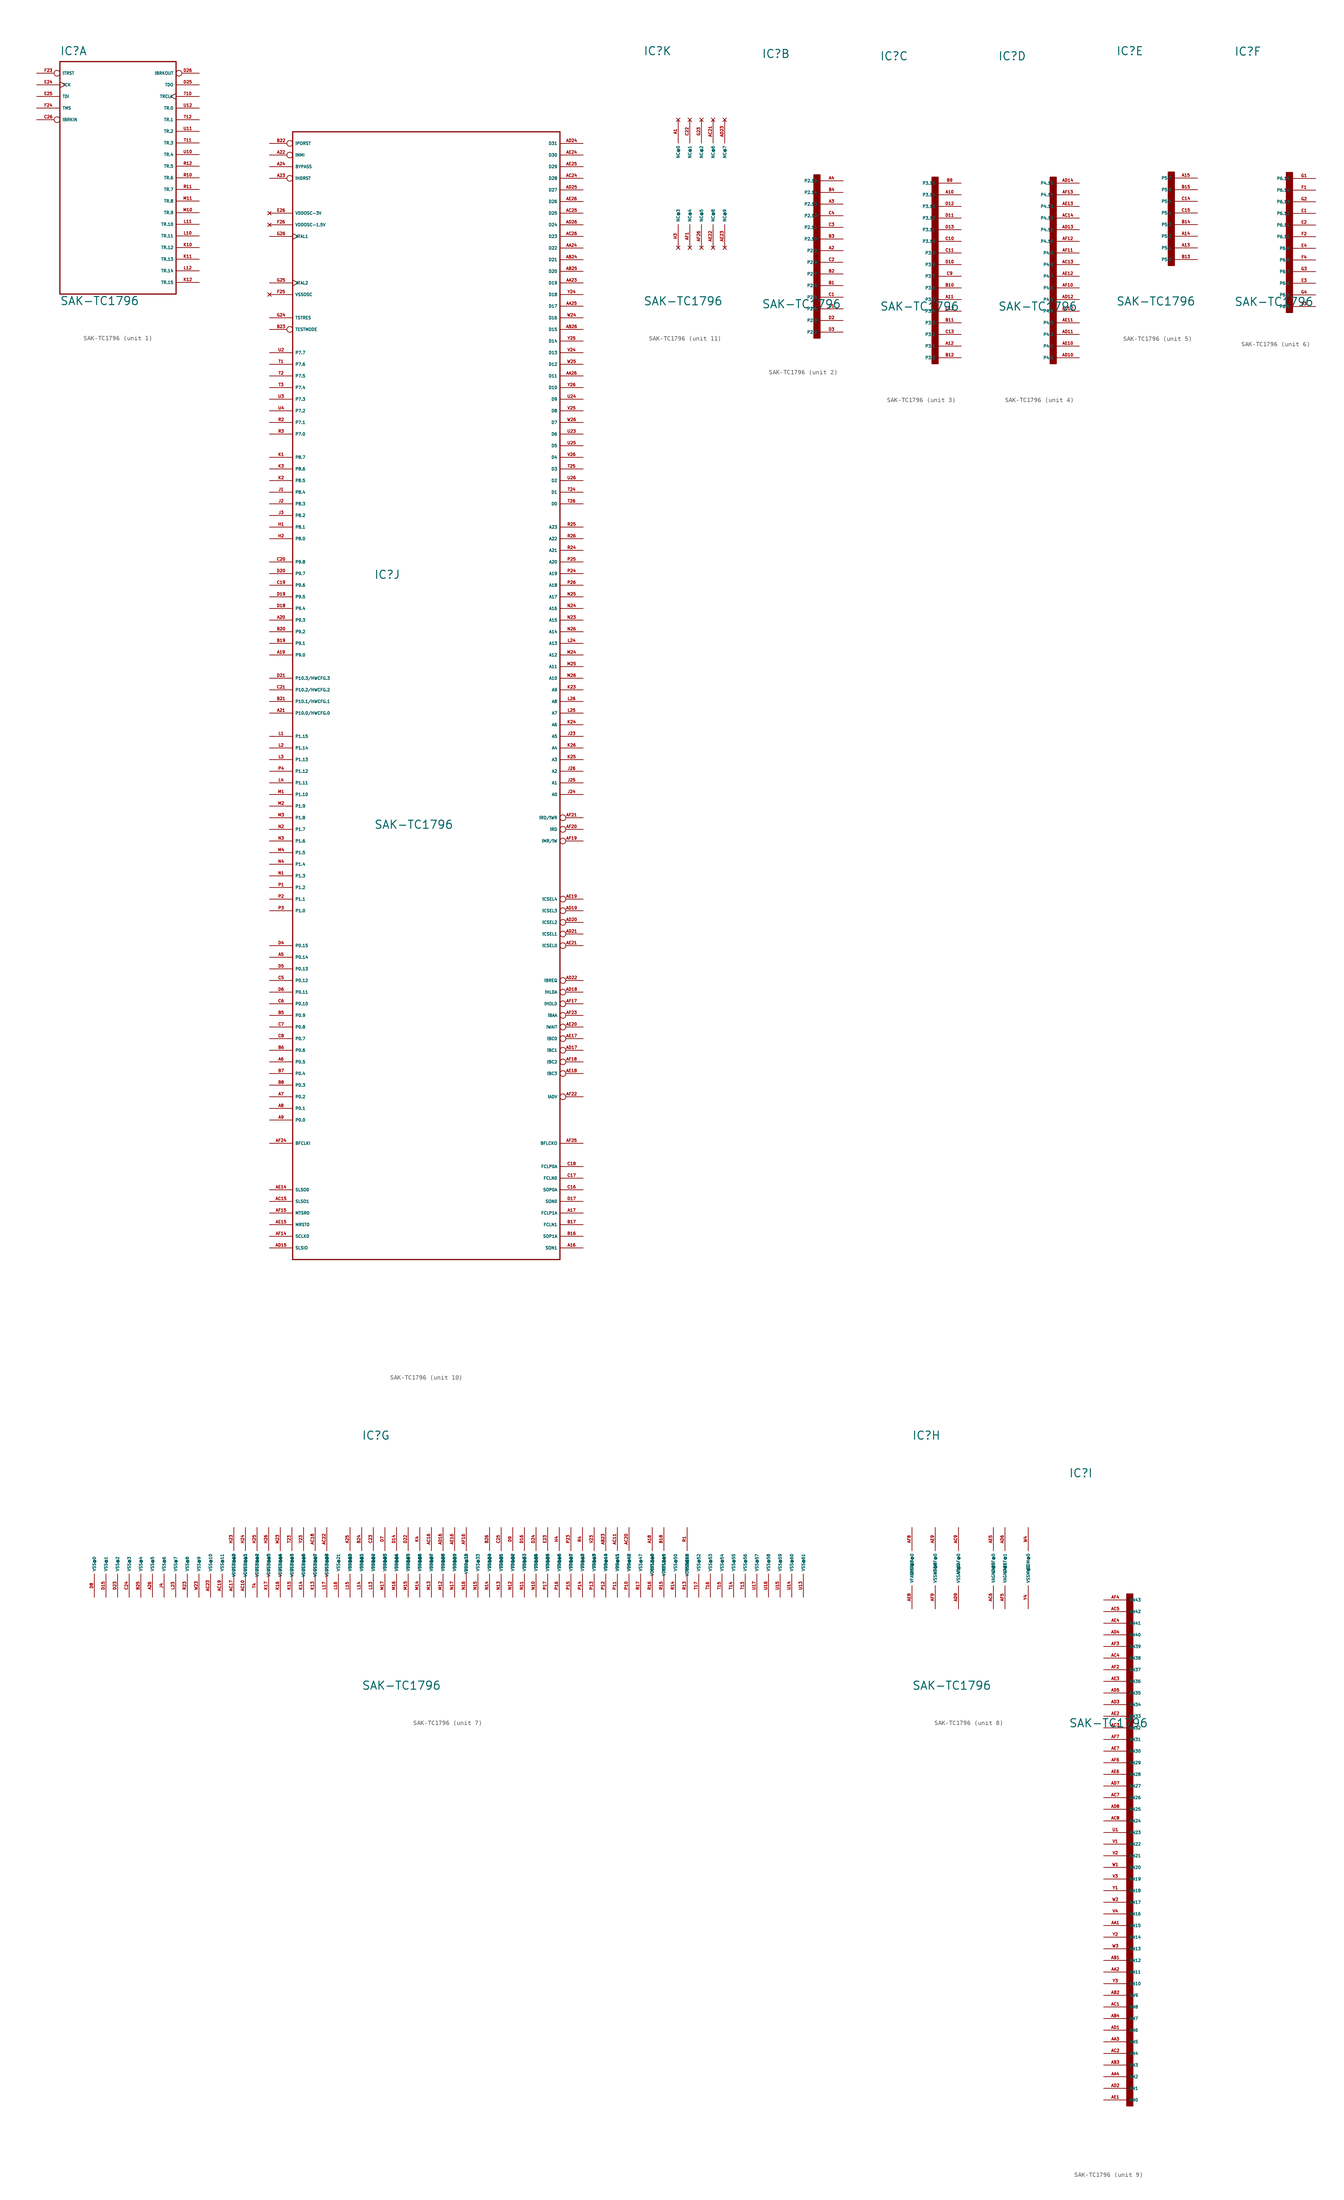
<source format=kicad_sym>
(kicad_symbol_lib
  (version 20220914)
  (generator Eagle2Kicad)
  (symbol "SAK-TC1796"
    (property "Reference" "IC"
      (at -12.7 26.67 0)
      (effects (font (size 1.778 1.778) (thickness 0.22)) (justify left bottom)))
    (property "Value" "SAK-TC1796"
      (at -12.7 -27.94 0)
      (effects (font (size 1.778 1.778) (thickness 0.22)) (justify left bottom)))
    (symbol "SAK-TC1796_1_0"
      (polyline (pts (xy -12.7 25.4) (xy -12.7 -25.4)) (stroke (width 0.254) (type default)) (fill (type none)))
      (polyline (pts (xy 12.7 -25.4) (xy 12.7 25.4)) (stroke (width 0.254) (type default)) (fill (type none)))
      (polyline (pts (xy 12.7 25.4) (xy -12.7 25.4)) (stroke (width 0.254) (type default)) (fill (type none)))
      (polyline (pts (xy 12.7 -25.4) (xy -12.7 -25.4)) (stroke (width 0.254) (type default)) (fill (type none)))
      (pin input inverted (at -17.78 22.86 0) (length 5.08) (name "!TRST" (effects (font (size 0.635 0.635) (thickness 0.08)) (justify left bottom))) (number "F23" (effects (font (size 0.635 0.635) (thickness 0.08)) (justify left bottom))))
      (pin input clock (at -17.78 20.32 0) (length 5.08) (name "TCK" (effects (font (size 0.635 0.635) (thickness 0.08)) (justify left bottom))) (number "E24" (effects (font (size 0.635 0.635) (thickness 0.08)) (justify left bottom))))
      (pin input line (at -17.78 17.78 0) (length 5.08) (name "TDI" (effects (font (size 0.635 0.635) (thickness 0.08)) (justify left bottom))) (number "E25" (effects (font (size 0.635 0.635) (thickness 0.08)) (justify left bottom))))
      (pin input line (at -17.78 15.24 0) (length 5.08) (name "TMS" (effects (font (size 0.635 0.635) (thickness 0.08)) (justify left bottom))) (number "F24" (effects (font (size 0.635 0.635) (thickness 0.08)) (justify left bottom))))
      (pin input inverted (at -17.78 12.7 0) (length 5.08) (name "!BRKIN" (effects (font (size 0.635 0.635) (thickness 0.08)) (justify left bottom))) (number "C26" (effects (font (size 0.635 0.635) (thickness 0.08)) (justify left bottom))))
      (pin output inverted (at 17.78 22.86 180) (length 5.08) (name "!BRKOUT" (effects (font (size 0.635 0.635) (thickness 0.08)) (justify left bottom))) (number "D26" (effects (font (size 0.635 0.635) (thickness 0.08)) (justify left bottom))))
      (pin output line (at 17.78 20.32 180) (length 5.08) (name "TDO" (effects (font (size 0.635 0.635) (thickness 0.08)) (justify left bottom))) (number "D25" (effects (font (size 0.635 0.635) (thickness 0.08)) (justify left bottom))))
      (pin output clock (at 17.78 17.78 180) (length 5.08) (name "TRCLK" (effects (font (size 0.635 0.635) (thickness 0.08)) (justify left bottom))) (number "T10" (effects (font (size 0.635 0.635) (thickness 0.08)) (justify left bottom))))
      (pin output line (at 17.78 15.24 180) (length 5.08) (name "TR.0" (effects (font (size 0.635 0.635) (thickness 0.08)) (justify left bottom))) (number "U12" (effects (font (size 0.635 0.635) (thickness 0.08)) (justify left bottom))))
      (pin output line (at 17.78 12.7 180) (length 5.08) (name "TR.1" (effects (font (size 0.635 0.635) (thickness 0.08)) (justify left bottom))) (number "T12" (effects (font (size 0.635 0.635) (thickness 0.08)) (justify left bottom))))
      (pin output line (at 17.78 10.16 180) (length 5.08) (name "TR.2" (effects (font (size 0.635 0.635) (thickness 0.08)) (justify left bottom))) (number "U11" (effects (font (size 0.635 0.635) (thickness 0.08)) (justify left bottom))))
      (pin output line (at 17.78 7.62 180) (length 5.08) (name "TR.3" (effects (font (size 0.635 0.635) (thickness 0.08)) (justify left bottom))) (number "T11" (effects (font (size 0.635 0.635) (thickness 0.08)) (justify left bottom))))
      (pin output line (at 17.78 5.08 180) (length 5.08) (name "TR.4" (effects (font (size 0.635 0.635) (thickness 0.08)) (justify left bottom))) (number "U10" (effects (font (size 0.635 0.635) (thickness 0.08)) (justify left bottom))))
      (pin output line (at 17.78 2.54 180) (length 5.08) (name "TR.5" (effects (font (size 0.635 0.635) (thickness 0.08)) (justify left bottom))) (number "R12" (effects (font (size 0.635 0.635) (thickness 0.08)) (justify left bottom))))
      (pin output line (at 17.78 0 180) (length 5.08) (name "TR.6" (effects (font (size 0.635 0.635) (thickness 0.08)) (justify left bottom))) (number "R10" (effects (font (size 0.635 0.635) (thickness 0.08)) (justify left bottom))))
      (pin output line (at 17.78 -2.54 180) (length 5.08) (name "TR.7" (effects (font (size 0.635 0.635) (thickness 0.08)) (justify left bottom))) (number "R11" (effects (font (size 0.635 0.635) (thickness 0.08)) (justify left bottom))))
      (pin output line (at 17.78 -5.08 180) (length 5.08) (name "TR.8" (effects (font (size 0.635 0.635) (thickness 0.08)) (justify left bottom))) (number "M11" (effects (font (size 0.635 0.635) (thickness 0.08)) (justify left bottom))))
      (pin output line (at 17.78 -7.62 180) (length 5.08) (name "TR.9" (effects (font (size 0.635 0.635) (thickness 0.08)) (justify left bottom))) (number "M10" (effects (font (size 0.635 0.635) (thickness 0.08)) (justify left bottom))))
      (pin output line (at 17.78 -10.16 180) (length 5.08) (name "TR.10" (effects (font (size 0.635 0.635) (thickness 0.08)) (justify left bottom))) (number "L11" (effects (font (size 0.635 0.635) (thickness 0.08)) (justify left bottom))))
      (pin output line (at 17.78 -12.7 180) (length 5.08) (name "TR.11" (effects (font (size 0.635 0.635) (thickness 0.08)) (justify left bottom))) (number "L10" (effects (font (size 0.635 0.635) (thickness 0.08)) (justify left bottom))))
      (pin output line (at 17.78 -15.24 180) (length 5.08) (name "TR.12" (effects (font (size 0.635 0.635) (thickness 0.08)) (justify left bottom))) (number "K10" (effects (font (size 0.635 0.635) (thickness 0.08)) (justify left bottom))))
      (pin output line (at 17.78 -17.78 180) (length 5.08) (name "TR.13" (effects (font (size 0.635 0.635) (thickness 0.08)) (justify left bottom))) (number "K11" (effects (font (size 0.635 0.635) (thickness 0.08)) (justify left bottom))))
      (pin output line (at 17.78 -20.32 180) (length 5.08) (name "TR.14" (effects (font (size 0.635 0.635) (thickness 0.08)) (justify left bottom))) (number "L12" (effects (font (size 0.635 0.635) (thickness 0.08)) (justify left bottom))))
      (pin output line (at 17.78 -22.86 180) (length 5.08) (name "TR.15" (effects (font (size 0.635 0.635) (thickness 0.08)) (justify left bottom))) (number "K12" (effects (font (size 0.635 0.635) (thickness 0.08)) (justify left bottom)))))
    (symbol "SAK-TC1796_2_0"
      (rectangle (start -1.27 -34.29) (end 0 1.27) (stroke (width 0.3) (type default)) (fill (type outline)))
      (pin bidirectional line (at 5.08 0 180) (length 5.08) (name "P2.15" (effects (font (size 0.635 0.635) (thickness 0.08)) (justify left bottom))) (number "A4" (effects (font (size 0.635 0.635) (thickness 0.08)) (justify left bottom))))
      (pin bidirectional line (at 5.08 -2.54 180) (length 5.08) (name "P2.14" (effects (font (size 0.635 0.635) (thickness 0.08)) (justify left bottom))) (number "B4" (effects (font (size 0.635 0.635) (thickness 0.08)) (justify left bottom))))
      (pin bidirectional line (at 5.08 -33.02 180) (length 5.08) (name "P2.2" (effects (font (size 0.635 0.635) (thickness 0.08)) (justify left bottom))) (number "D3" (effects (font (size 0.635 0.635) (thickness 0.08)) (justify left bottom))))
      (pin bidirectional line (at 5.08 -30.48 180) (length 5.08) (name "P2.3" (effects (font (size 0.635 0.635) (thickness 0.08)) (justify left bottom))) (number "D2" (effects (font (size 0.635 0.635) (thickness 0.08)) (justify left bottom))))
      (pin bidirectional line (at 5.08 -27.94 180) (length 5.08) (name "P2.4" (effects (font (size 0.635 0.635) (thickness 0.08)) (justify left bottom))) (number "D1" (effects (font (size 0.635 0.635) (thickness 0.08)) (justify left bottom))))
      (pin bidirectional line (at 5.08 -25.4 180) (length 5.08) (name "P2.5" (effects (font (size 0.635 0.635) (thickness 0.08)) (justify left bottom))) (number "C1" (effects (font (size 0.635 0.635) (thickness 0.08)) (justify left bottom))))
      (pin bidirectional line (at 5.08 -22.86 180) (length 5.08) (name "P2.6" (effects (font (size 0.635 0.635) (thickness 0.08)) (justify left bottom))) (number "B1" (effects (font (size 0.635 0.635) (thickness 0.08)) (justify left bottom))))
      (pin bidirectional line (at 5.08 -20.32 180) (length 5.08) (name "P2.7" (effects (font (size 0.635 0.635) (thickness 0.08)) (justify left bottom))) (number "B2" (effects (font (size 0.635 0.635) (thickness 0.08)) (justify left bottom))))
      (pin bidirectional line (at 5.08 -17.78 180) (length 5.08) (name "P2.8" (effects (font (size 0.635 0.635) (thickness 0.08)) (justify left bottom))) (number "C2" (effects (font (size 0.635 0.635) (thickness 0.08)) (justify left bottom))))
      (pin bidirectional line (at 5.08 -15.24 180) (length 5.08) (name "P2.9" (effects (font (size 0.635 0.635) (thickness 0.08)) (justify left bottom))) (number "A2" (effects (font (size 0.635 0.635) (thickness 0.08)) (justify left bottom))))
      (pin bidirectional line (at 5.08 -12.7 180) (length 5.08) (name "P2.10" (effects (font (size 0.635 0.635) (thickness 0.08)) (justify left bottom))) (number "B3" (effects (font (size 0.635 0.635) (thickness 0.08)) (justify left bottom))))
      (pin bidirectional line (at 5.08 -10.16 180) (length 5.08) (name "P2.11" (effects (font (size 0.635 0.635) (thickness 0.08)) (justify left bottom))) (number "C3" (effects (font (size 0.635 0.635) (thickness 0.08)) (justify left bottom))))
      (pin bidirectional line (at 5.08 -7.62 180) (length 5.08) (name "P2.12" (effects (font (size 0.635 0.635) (thickness 0.08)) (justify left bottom))) (number "C4" (effects (font (size 0.635 0.635) (thickness 0.08)) (justify left bottom))))
      (pin bidirectional line (at 5.08 -5.08 180) (length 5.08) (name "P2.13" (effects (font (size 0.635 0.635) (thickness 0.08)) (justify left bottom))) (number "A3" (effects (font (size 0.635 0.635) (thickness 0.08)) (justify left bottom)))))
    (symbol "SAK-TC1796_3_0"
      (rectangle (start -1.27 -39.37) (end 0 1.27) (stroke (width 0.3) (type default)) (fill (type outline)))
      (pin bidirectional line (at 5.08 -38.1 180) (length 5.08) (name "P3.0" (effects (font (size 0.635 0.635) (thickness 0.08)) (justify left bottom))) (number "B12" (effects (font (size 0.635 0.635) (thickness 0.08)) (justify left bottom))))
      (pin bidirectional line (at 5.08 -35.56 180) (length 5.08) (name "P3.1" (effects (font (size 0.635 0.635) (thickness 0.08)) (justify left bottom))) (number "A12" (effects (font (size 0.635 0.635) (thickness 0.08)) (justify left bottom))))
      (pin bidirectional line (at 5.08 -33.02 180) (length 5.08) (name "P3.2" (effects (font (size 0.635 0.635) (thickness 0.08)) (justify left bottom))) (number "C13" (effects (font (size 0.635 0.635) (thickness 0.08)) (justify left bottom))))
      (pin bidirectional line (at 5.08 -30.48 180) (length 5.08) (name "P3.3" (effects (font (size 0.635 0.635) (thickness 0.08)) (justify left bottom))) (number "B11" (effects (font (size 0.635 0.635) (thickness 0.08)) (justify left bottom))))
      (pin bidirectional line (at 5.08 -27.94 180) (length 5.08) (name "P3.4" (effects (font (size 0.635 0.635) (thickness 0.08)) (justify left bottom))) (number "C12" (effects (font (size 0.635 0.635) (thickness 0.08)) (justify left bottom))))
      (pin bidirectional line (at 5.08 -25.4 180) (length 5.08) (name "P3.5" (effects (font (size 0.635 0.635) (thickness 0.08)) (justify left bottom))) (number "A11" (effects (font (size 0.635 0.635) (thickness 0.08)) (justify left bottom))))
      (pin bidirectional line (at 5.08 -22.86 180) (length 5.08) (name "P3.6" (effects (font (size 0.635 0.635) (thickness 0.08)) (justify left bottom))) (number "B10" (effects (font (size 0.635 0.635) (thickness 0.08)) (justify left bottom))))
      (pin bidirectional line (at 5.08 -20.32 180) (length 5.08) (name "P3.7" (effects (font (size 0.635 0.635) (thickness 0.08)) (justify left bottom))) (number "C9" (effects (font (size 0.635 0.635) (thickness 0.08)) (justify left bottom))))
      (pin bidirectional line (at 5.08 -17.78 180) (length 5.08) (name "P3.8" (effects (font (size 0.635 0.635) (thickness 0.08)) (justify left bottom))) (number "D10" (effects (font (size 0.635 0.635) (thickness 0.08)) (justify left bottom))))
      (pin bidirectional line (at 5.08 -15.24 180) (length 5.08) (name "P3.9" (effects (font (size 0.635 0.635) (thickness 0.08)) (justify left bottom))) (number "C11" (effects (font (size 0.635 0.635) (thickness 0.08)) (justify left bottom))))
      (pin bidirectional line (at 5.08 -12.7 180) (length 5.08) (name "P3.10" (effects (font (size 0.635 0.635) (thickness 0.08)) (justify left bottom))) (number "C10" (effects (font (size 0.635 0.635) (thickness 0.08)) (justify left bottom))))
      (pin bidirectional line (at 5.08 -10.16 180) (length 5.08) (name "P3.11" (effects (font (size 0.635 0.635) (thickness 0.08)) (justify left bottom))) (number "D13" (effects (font (size 0.635 0.635) (thickness 0.08)) (justify left bottom))))
      (pin bidirectional line (at 5.08 -7.62 180) (length 5.08) (name "P3.12" (effects (font (size 0.635 0.635) (thickness 0.08)) (justify left bottom))) (number "D11" (effects (font (size 0.635 0.635) (thickness 0.08)) (justify left bottom))))
      (pin bidirectional line (at 5.08 -5.08 180) (length 5.08) (name "P3.13" (effects (font (size 0.635 0.635) (thickness 0.08)) (justify left bottom))) (number "D12" (effects (font (size 0.635 0.635) (thickness 0.08)) (justify left bottom))))
      (pin bidirectional line (at 5.08 -2.54 180) (length 5.08) (name "P3.14" (effects (font (size 0.635 0.635) (thickness 0.08)) (justify left bottom))) (number "A10" (effects (font (size 0.635 0.635) (thickness 0.08)) (justify left bottom))))
      (pin bidirectional line (at 5.08 0 180) (length 5.08) (name "P3.15" (effects (font (size 0.635 0.635) (thickness 0.08)) (justify left bottom))) (number "B9" (effects (font (size 0.635 0.635) (thickness 0.08)) (justify left bottom)))))
    (symbol "SAK-TC1796_4_0"
      (rectangle (start -1.27 -39.37) (end 0 1.27) (stroke (width 0.3) (type default)) (fill (type outline)))
      (pin bidirectional line (at 5.08 -38.1 180) (length 5.08) (name "P4.0" (effects (font (size 0.635 0.635) (thickness 0.08)) (justify left bottom))) (number "AD10" (effects (font (size 0.635 0.635) (thickness 0.08)) (justify left bottom))))
      (pin bidirectional line (at 5.08 -35.56 180) (length 5.08) (name "P4.1" (effects (font (size 0.635 0.635) (thickness 0.08)) (justify left bottom))) (number "AE10" (effects (font (size 0.635 0.635) (thickness 0.08)) (justify left bottom))))
      (pin bidirectional line (at 5.08 -33.02 180) (length 5.08) (name "P4.2" (effects (font (size 0.635 0.635) (thickness 0.08)) (justify left bottom))) (number "AD11" (effects (font (size 0.635 0.635) (thickness 0.08)) (justify left bottom))))
      (pin bidirectional line (at 5.08 -30.48 180) (length 5.08) (name "P4.3" (effects (font (size 0.635 0.635) (thickness 0.08)) (justify left bottom))) (number "AE11" (effects (font (size 0.635 0.635) (thickness 0.08)) (justify left bottom))))
      (pin bidirectional line (at 5.08 -27.94 180) (length 5.08) (name "P4.4" (effects (font (size 0.635 0.635) (thickness 0.08)) (justify left bottom))) (number "AC12" (effects (font (size 0.635 0.635) (thickness 0.08)) (justify left bottom))))
      (pin bidirectional line (at 5.08 -25.4 180) (length 5.08) (name "P4.5" (effects (font (size 0.635 0.635) (thickness 0.08)) (justify left bottom))) (number "AD12" (effects (font (size 0.635 0.635) (thickness 0.08)) (justify left bottom))))
      (pin bidirectional line (at 5.08 -22.86 180) (length 5.08) (name "P4.6" (effects (font (size 0.635 0.635) (thickness 0.08)) (justify left bottom))) (number "AF10" (effects (font (size 0.635 0.635) (thickness 0.08)) (justify left bottom))))
      (pin bidirectional line (at 5.08 -20.32 180) (length 5.08) (name "P4.7" (effects (font (size 0.635 0.635) (thickness 0.08)) (justify left bottom))) (number "AE12" (effects (font (size 0.635 0.635) (thickness 0.08)) (justify left bottom))))
      (pin bidirectional line (at 5.08 -17.78 180) (length 5.08) (name "P4.8" (effects (font (size 0.635 0.635) (thickness 0.08)) (justify left bottom))) (number "AC13" (effects (font (size 0.635 0.635) (thickness 0.08)) (justify left bottom))))
      (pin bidirectional line (at 5.08 -15.24 180) (length 5.08) (name "P4.9" (effects (font (size 0.635 0.635) (thickness 0.08)) (justify left bottom))) (number "AF11" (effects (font (size 0.635 0.635) (thickness 0.08)) (justify left bottom))))
      (pin bidirectional line (at 5.08 -12.7 180) (length 5.08) (name "P4.10" (effects (font (size 0.635 0.635) (thickness 0.08)) (justify left bottom))) (number "AF12" (effects (font (size 0.635 0.635) (thickness 0.08)) (justify left bottom))))
      (pin bidirectional line (at 5.08 -10.16 180) (length 5.08) (name "P4.11" (effects (font (size 0.635 0.635) (thickness 0.08)) (justify left bottom))) (number "AD13" (effects (font (size 0.635 0.635) (thickness 0.08)) (justify left bottom))))
      (pin bidirectional line (at 5.08 -7.62 180) (length 5.08) (name "P4.12" (effects (font (size 0.635 0.635) (thickness 0.08)) (justify left bottom))) (number "AC14" (effects (font (size 0.635 0.635) (thickness 0.08)) (justify left bottom))))
      (pin bidirectional line (at 5.08 -5.08 180) (length 5.08) (name "P4.13" (effects (font (size 0.635 0.635) (thickness 0.08)) (justify left bottom))) (number "AE13" (effects (font (size 0.635 0.635) (thickness 0.08)) (justify left bottom))))
      (pin bidirectional line (at 5.08 -2.54 180) (length 5.08) (name "P4.14" (effects (font (size 0.635 0.635) (thickness 0.08)) (justify left bottom))) (number "AF13" (effects (font (size 0.635 0.635) (thickness 0.08)) (justify left bottom))))
      (pin bidirectional line (at 5.08 0 180) (length 5.08) (name "P4.15" (effects (font (size 0.635 0.635) (thickness 0.08)) (justify left bottom))) (number "AD14" (effects (font (size 0.635 0.635) (thickness 0.08)) (justify left bottom)))))
    (symbol "SAK-TC1796_5_0"
      (rectangle (start -1.27 -19.05) (end 0 1.27) (stroke (width 0.3) (type default)) (fill (type outline)))
      (pin bidirectional line (at 5.08 -17.78 180) (length 5.08) (name "P5.0" (effects (font (size 0.635 0.635) (thickness 0.08)) (justify left bottom))) (number "B13" (effects (font (size 0.635 0.635) (thickness 0.08)) (justify left bottom))))
      (pin bidirectional line (at 5.08 -15.24 180) (length 5.08) (name "P5.1" (effects (font (size 0.635 0.635) (thickness 0.08)) (justify left bottom))) (number "A13" (effects (font (size 0.635 0.635) (thickness 0.08)) (justify left bottom))))
      (pin bidirectional line (at 5.08 -12.7 180) (length 5.08) (name "P5.2" (effects (font (size 0.635 0.635) (thickness 0.08)) (justify left bottom))) (number "A14" (effects (font (size 0.635 0.635) (thickness 0.08)) (justify left bottom))))
      (pin bidirectional line (at 5.08 -10.16 180) (length 5.08) (name "P5.3" (effects (font (size 0.635 0.635) (thickness 0.08)) (justify left bottom))) (number "B14" (effects (font (size 0.635 0.635) (thickness 0.08)) (justify left bottom))))
      (pin bidirectional line (at 5.08 -7.62 180) (length 5.08) (name "P5.4" (effects (font (size 0.635 0.635) (thickness 0.08)) (justify left bottom))) (number "C15" (effects (font (size 0.635 0.635) (thickness 0.08)) (justify left bottom))))
      (pin bidirectional line (at 5.08 -5.08 180) (length 5.08) (name "P5.5" (effects (font (size 0.635 0.635) (thickness 0.08)) (justify left bottom))) (number "C14" (effects (font (size 0.635 0.635) (thickness 0.08)) (justify left bottom))))
      (pin bidirectional line (at 5.08 -2.54 180) (length 5.08) (name "P5.6" (effects (font (size 0.635 0.635) (thickness 0.08)) (justify left bottom))) (number "B15" (effects (font (size 0.635 0.635) (thickness 0.08)) (justify left bottom))))
      (pin bidirectional line (at 5.08 0 180) (length 5.08) (name "P5.7" (effects (font (size 0.635 0.635) (thickness 0.08)) (justify left bottom))) (number "A15" (effects (font (size 0.635 0.635) (thickness 0.08)) (justify left bottom)))))
    (symbol "SAK-TC1796_6_0"
      (rectangle (start -1.27 -29.21) (end 0 1.27) (stroke (width 0.3) (type default)) (fill (type outline)))
      (pin bidirectional line (at 5.08 0 180) (length 5.08) (name "P6.15" (effects (font (size 0.635 0.635) (thickness 0.08)) (justify left bottom))) (number "G1" (effects (font (size 0.635 0.635) (thickness 0.08)) (justify left bottom))))
      (pin bidirectional line (at 5.08 -2.54 180) (length 5.08) (name "P6.14" (effects (font (size 0.635 0.635) (thickness 0.08)) (justify left bottom))) (number "F1" (effects (font (size 0.635 0.635) (thickness 0.08)) (justify left bottom))))
      (pin bidirectional line (at 5.08 -5.08 180) (length 5.08) (name "P6.13" (effects (font (size 0.635 0.635) (thickness 0.08)) (justify left bottom))) (number "G2" (effects (font (size 0.635 0.635) (thickness 0.08)) (justify left bottom))))
      (pin bidirectional line (at 5.08 -7.62 180) (length 5.08) (name "P6.12" (effects (font (size 0.635 0.635) (thickness 0.08)) (justify left bottom))) (number "E1" (effects (font (size 0.635 0.635) (thickness 0.08)) (justify left bottom))))
      (pin bidirectional line (at 5.08 -27.94 180) (length 5.08) (name "P6.4" (effects (font (size 0.635 0.635) (thickness 0.08)) (justify left bottom))) (number "F3" (effects (font (size 0.635 0.635) (thickness 0.08)) (justify left bottom))))
      (pin bidirectional line (at 5.08 -25.4 180) (length 5.08) (name "P6.5" (effects (font (size 0.635 0.635) (thickness 0.08)) (justify left bottom))) (number "G4" (effects (font (size 0.635 0.635) (thickness 0.08)) (justify left bottom))))
      (pin bidirectional line (at 5.08 -22.86 180) (length 5.08) (name "P6.6" (effects (font (size 0.635 0.635) (thickness 0.08)) (justify left bottom))) (number "E3" (effects (font (size 0.635 0.635) (thickness 0.08)) (justify left bottom))))
      (pin bidirectional line (at 5.08 -20.32 180) (length 5.08) (name "P6.7" (effects (font (size 0.635 0.635) (thickness 0.08)) (justify left bottom))) (number "G3" (effects (font (size 0.635 0.635) (thickness 0.08)) (justify left bottom))))
      (pin bidirectional line (at 5.08 -17.78 180) (length 5.08) (name "P6.8" (effects (font (size 0.635 0.635) (thickness 0.08)) (justify left bottom))) (number "F4" (effects (font (size 0.635 0.635) (thickness 0.08)) (justify left bottom))))
      (pin bidirectional line (at 5.08 -15.24 180) (length 5.08) (name "P6.9" (effects (font (size 0.635 0.635) (thickness 0.08)) (justify left bottom))) (number "E4" (effects (font (size 0.635 0.635) (thickness 0.08)) (justify left bottom))))
      (pin bidirectional line (at 5.08 -12.7 180) (length 5.08) (name "P6.10" (effects (font (size 0.635 0.635) (thickness 0.08)) (justify left bottom))) (number "F2" (effects (font (size 0.635 0.635) (thickness 0.08)) (justify left bottom))))
      (pin bidirectional line (at 5.08 -10.16 180) (length 5.08) (name "P6.11" (effects (font (size 0.635 0.635) (thickness 0.08)) (justify left bottom))) (number "E2" (effects (font (size 0.635 0.635) (thickness 0.08)) (justify left bottom)))))
    (symbol "SAK-TC1796_7_0"
      (pin unspecified line (at -40.64 7.62 270) (length 5.08) (name "VDDEBU@0" (effects (font (size 0.635 0.635) (thickness 0.08)) (justify left bottom))) (number "H23" (effects (font (size 0.635 0.635) (thickness 0.08)) (justify left bottom))))
      (pin unspecified line (at -38.1 7.62 270) (length 5.08) (name "VDDEBU@1" (effects (font (size 0.635 0.635) (thickness 0.08)) (justify left bottom))) (number "H24" (effects (font (size 0.635 0.635) (thickness 0.08)) (justify left bottom))))
      (pin unspecified line (at -35.56 7.62 270) (length 5.08) (name "VDDEBU@2" (effects (font (size 0.635 0.635) (thickness 0.08)) (justify left bottom))) (number "H25" (effects (font (size 0.635 0.635) (thickness 0.08)) (justify left bottom))))
      (pin unspecified line (at -33.02 7.62 270) (length 5.08) (name "VDDEBU@3" (effects (font (size 0.635 0.635) (thickness 0.08)) (justify left bottom))) (number "H26" (effects (font (size 0.635 0.635) (thickness 0.08)) (justify left bottom))))
      (pin unspecified line (at -30.48 7.62 270) (length 5.08) (name "VDDEBU@4" (effects (font (size 0.635 0.635) (thickness 0.08)) (justify left bottom))) (number "M23" (effects (font (size 0.635 0.635) (thickness 0.08)) (justify left bottom))))
      (pin unspecified line (at -27.94 7.62 270) (length 5.08) (name "VDDEBU@5" (effects (font (size 0.635 0.635) (thickness 0.08)) (justify left bottom))) (number "T23" (effects (font (size 0.635 0.635) (thickness 0.08)) (justify left bottom))))
      (pin unspecified line (at -25.4 7.62 270) (length 5.08) (name "VDDEBU@6" (effects (font (size 0.635 0.635) (thickness 0.08)) (justify left bottom))) (number "Y23" (effects (font (size 0.635 0.635) (thickness 0.08)) (justify left bottom))))
      (pin unspecified line (at -22.86 7.62 270) (length 5.08) (name "VDDEBU@7" (effects (font (size 0.635 0.635) (thickness 0.08)) (justify left bottom))) (number "AC18" (effects (font (size 0.635 0.635) (thickness 0.08)) (justify left bottom))))
      (pin unspecified line (at -20.32 7.62 270) (length 5.08) (name "VDDEBU@8" (effects (font (size 0.635 0.635) (thickness 0.08)) (justify left bottom))) (number "AC22" (effects (font (size 0.635 0.635) (thickness 0.08)) (justify left bottom))))
      (pin unspecified line (at -15.24 7.62 270) (length 5.08) (name "VDDP@0" (effects (font (size 0.635 0.635) (thickness 0.08)) (justify left bottom))) (number "A25" (effects (font (size 0.635 0.635) (thickness 0.08)) (justify left bottom))))
      (pin unspecified line (at -12.7 7.62 270) (length 5.08) (name "VDDP@1" (effects (font (size 0.635 0.635) (thickness 0.08)) (justify left bottom))) (number "B24" (effects (font (size 0.635 0.635) (thickness 0.08)) (justify left bottom))))
      (pin unspecified line (at -10.16 7.62 270) (length 5.08) (name "VDDP@2" (effects (font (size 0.635 0.635) (thickness 0.08)) (justify left bottom))) (number "C23" (effects (font (size 0.635 0.635) (thickness 0.08)) (justify left bottom))))
      (pin unspecified line (at -7.62 7.62 270) (length 5.08) (name "VDDP@3" (effects (font (size 0.635 0.635) (thickness 0.08)) (justify left bottom))) (number "D7" (effects (font (size 0.635 0.635) (thickness 0.08)) (justify left bottom))))
      (pin unspecified line (at -5.08 7.62 270) (length 5.08) (name "VDDP@4" (effects (font (size 0.635 0.635) (thickness 0.08)) (justify left bottom))) (number "D14" (effects (font (size 0.635 0.635) (thickness 0.08)) (justify left bottom))))
      (pin unspecified line (at -2.54 7.62 270) (length 5.08) (name "VDDP@5" (effects (font (size 0.635 0.635) (thickness 0.08)) (justify left bottom))) (number "D22" (effects (font (size 0.635 0.635) (thickness 0.08)) (justify left bottom))))
      (pin unspecified line (at 0 7.62 270) (length 5.08) (name "VDDP@6" (effects (font (size 0.635 0.635) (thickness 0.08)) (justify left bottom))) (number "K4" (effects (font (size 0.635 0.635) (thickness 0.08)) (justify left bottom))))
      (pin unspecified line (at 2.54 7.62 270) (length 5.08) (name "VDDP@7" (effects (font (size 0.635 0.635) (thickness 0.08)) (justify left bottom))) (number "AC16" (effects (font (size 0.635 0.635) (thickness 0.08)) (justify left bottom))))
      (pin unspecified line (at 5.08 7.62 270) (length 5.08) (name "VDDP@8" (effects (font (size 0.635 0.635) (thickness 0.08)) (justify left bottom))) (number "AD16" (effects (font (size 0.635 0.635) (thickness 0.08)) (justify left bottom))))
      (pin unspecified line (at 7.62 7.62 270) (length 5.08) (name "VDDP@9" (effects (font (size 0.635 0.635) (thickness 0.08)) (justify left bottom))) (number "AE16" (effects (font (size 0.635 0.635) (thickness 0.08)) (justify left bottom))))
      (pin unspecified line (at 10.16 7.62 270) (length 5.08) (name "VDDP@10" (effects (font (size 0.635 0.635) (thickness 0.08)) (justify left bottom))) (number "AF16" (effects (font (size 0.635 0.635) (thickness 0.08)) (justify left bottom))))
      (pin unspecified line (at 15.24 7.62 270) (length 5.08) (name "VDD@0" (effects (font (size 0.635 0.635) (thickness 0.08)) (justify left bottom))) (number "B26" (effects (font (size 0.635 0.635) (thickness 0.08)) (justify left bottom))))
      (pin unspecified line (at 17.78 7.62 270) (length 5.08) (name "VDD@1" (effects (font (size 0.635 0.635) (thickness 0.08)) (justify left bottom))) (number "C25" (effects (font (size 0.635 0.635) (thickness 0.08)) (justify left bottom))))
      (pin unspecified line (at 20.32 7.62 270) (length 5.08) (name "VDD@2" (effects (font (size 0.635 0.635) (thickness 0.08)) (justify left bottom))) (number "D9" (effects (font (size 0.635 0.635) (thickness 0.08)) (justify left bottom))))
      (pin unspecified line (at 22.86 7.62 270) (length 5.08) (name "VDD@3" (effects (font (size 0.635 0.635) (thickness 0.08)) (justify left bottom))) (number "D16" (effects (font (size 0.635 0.635) (thickness 0.08)) (justify left bottom))))
      (pin unspecified line (at 25.4 7.62 270) (length 5.08) (name "VDD@4" (effects (font (size 0.635 0.635) (thickness 0.08)) (justify left bottom))) (number "D24" (effects (font (size 0.635 0.635) (thickness 0.08)) (justify left bottom))))
      (pin unspecified line (at 27.94 7.62 270) (length 5.08) (name "VDD@5" (effects (font (size 0.635 0.635) (thickness 0.08)) (justify left bottom))) (number "E23" (effects (font (size 0.635 0.635) (thickness 0.08)) (justify left bottom))))
      (pin unspecified line (at 30.48 7.62 270) (length 5.08) (name "VDD@6" (effects (font (size 0.635 0.635) (thickness 0.08)) (justify left bottom))) (number "H4" (effects (font (size 0.635 0.635) (thickness 0.08)) (justify left bottom))))
      (pin unspecified line (at 33.02 7.62 270) (length 5.08) (name "VDD@7" (effects (font (size 0.635 0.635) (thickness 0.08)) (justify left bottom))) (number "P23" (effects (font (size 0.635 0.635) (thickness 0.08)) (justify left bottom))))
      (pin unspecified line (at 35.56 7.62 270) (length 5.08) (name "VDD@8" (effects (font (size 0.635 0.635) (thickness 0.08)) (justify left bottom))) (number "R4" (effects (font (size 0.635 0.635) (thickness 0.08)) (justify left bottom))))
      (pin unspecified line (at 38.1 7.62 270) (length 5.08) (name "VDD@9" (effects (font (size 0.635 0.635) (thickness 0.08)) (justify left bottom))) (number "V23" (effects (font (size 0.635 0.635) (thickness 0.08)) (justify left bottom))))
      (pin unspecified line (at 40.64 7.62 270) (length 5.08) (name "VDD@10" (effects (font (size 0.635 0.635) (thickness 0.08)) (justify left bottom))) (number "AB23" (effects (font (size 0.635 0.635) (thickness 0.08)) (justify left bottom))))
      (pin unspecified line (at 43.18 7.62 270) (length 5.08) (name "VDD@11" (effects (font (size 0.635 0.635) (thickness 0.08)) (justify left bottom))) (number "AC11" (effects (font (size 0.635 0.635) (thickness 0.08)) (justify left bottom))))
      (pin unspecified line (at 45.72 7.62 270) (length 5.08) (name "VDD@12" (effects (font (size 0.635 0.635) (thickness 0.08)) (justify left bottom))) (number "AC20" (effects (font (size 0.635 0.635) (thickness 0.08)) (justify left bottom))))
      (pin unspecified line (at 50.8 7.62 270) (length 5.08) (name "VDDFL3@0" (effects (font (size 0.635 0.635) (thickness 0.08)) (justify left bottom))) (number "A18" (effects (font (size 0.635 0.635) (thickness 0.08)) (justify left bottom))))
      (pin unspecified line (at 53.34 7.62 270) (length 5.08) (name "VDDFL3@1" (effects (font (size 0.635 0.635) (thickness 0.08)) (justify left bottom))) (number "B18" (effects (font (size 0.635 0.635) (thickness 0.08)) (justify left bottom))))
      (pin unspecified line (at 58.42 7.62 270) (length 5.08) (name "VDDSBRAM" (effects (font (size 0.635 0.635) (thickness 0.08)) (justify left bottom))) (number "R1" (effects (font (size 0.635 0.635) (thickness 0.08)) (justify left bottom))))
      (pin unspecified line (at -71.12 -7.62 90) (length 5.08) (name "VSS@0" (effects (font (size 0.635 0.635) (thickness 0.08)) (justify left bottom))) (number "D8" (effects (font (size 0.635 0.635) (thickness 0.08)) (justify left bottom))))
      (pin unspecified line (at -68.58 -7.62 90) (length 5.08) (name "VSS@1" (effects (font (size 0.635 0.635) (thickness 0.08)) (justify left bottom))) (number "D15" (effects (font (size 0.635 0.635) (thickness 0.08)) (justify left bottom))))
      (pin unspecified line (at -66.04 -7.62 90) (length 5.08) (name "VSS@2" (effects (font (size 0.635 0.635) (thickness 0.08)) (justify left bottom))) (number "D23" (effects (font (size 0.635 0.635) (thickness 0.08)) (justify left bottom))))
      (pin unspecified line (at -63.5 -7.62 90) (length 5.08) (name "VSS@3" (effects (font (size 0.635 0.635) (thickness 0.08)) (justify left bottom))) (number "C24" (effects (font (size 0.635 0.635) (thickness 0.08)) (justify left bottom))))
      (pin unspecified line (at -60.96 -7.62 90) (length 5.08) (name "VSS@4" (effects (font (size 0.635 0.635) (thickness 0.08)) (justify left bottom))) (number "B25" (effects (font (size 0.635 0.635) (thickness 0.08)) (justify left bottom))))
      (pin unspecified line (at -58.42 -7.62 90) (length 5.08) (name "VSS@5" (effects (font (size 0.635 0.635) (thickness 0.08)) (justify left bottom))) (number "A26" (effects (font (size 0.635 0.635) (thickness 0.08)) (justify left bottom))))
      (pin unspecified line (at -55.88 -7.62 90) (length 5.08) (name "VSS@6" (effects (font (size 0.635 0.635) (thickness 0.08)) (justify left bottom))) (number "J4" (effects (font (size 0.635 0.635) (thickness 0.08)) (justify left bottom))))
      (pin unspecified line (at -53.34 -7.62 90) (length 5.08) (name "VSS@7" (effects (font (size 0.635 0.635) (thickness 0.08)) (justify left bottom))) (number "L23" (effects (font (size 0.635 0.635) (thickness 0.08)) (justify left bottom))))
      (pin unspecified line (at -50.8 -7.62 90) (length 5.08) (name "VSS@8" (effects (font (size 0.635 0.635) (thickness 0.08)) (justify left bottom))) (number "R23" (effects (font (size 0.635 0.635) (thickness 0.08)) (justify left bottom))))
      (pin unspecified line (at -48.26 -7.62 90) (length 5.08) (name "VSS@9" (effects (font (size 0.635 0.635) (thickness 0.08)) (justify left bottom))) (number "W23" (effects (font (size 0.635 0.635) (thickness 0.08)) (justify left bottom))))
      (pin unspecified line (at -45.72 -7.62 90) (length 5.08) (name "VSS@10" (effects (font (size 0.635 0.635) (thickness 0.08)) (justify left bottom))) (number "AC23" (effects (font (size 0.635 0.635) (thickness 0.08)) (justify left bottom))))
      (pin unspecified line (at -43.18 -7.62 90) (length 5.08) (name "VSS@11" (effects (font (size 0.635 0.635) (thickness 0.08)) (justify left bottom))) (number "AC19" (effects (font (size 0.635 0.635) (thickness 0.08)) (justify left bottom))))
      (pin unspecified line (at -40.64 -7.62 90) (length 5.08) (name "VSS@12" (effects (font (size 0.635 0.635) (thickness 0.08)) (justify left bottom))) (number "AC17" (effects (font (size 0.635 0.635) (thickness 0.08)) (justify left bottom))))
      (pin unspecified line (at -38.1 -7.62 90) (length 5.08) (name "VSS@13" (effects (font (size 0.635 0.635) (thickness 0.08)) (justify left bottom))) (number "AC10" (effects (font (size 0.635 0.635) (thickness 0.08)) (justify left bottom))))
      (pin unspecified line (at -35.56 -7.62 90) (length 5.08) (name "VSS@14" (effects (font (size 0.635 0.635) (thickness 0.08)) (justify left bottom))) (number "T4" (effects (font (size 0.635 0.635) (thickness 0.08)) (justify left bottom))))
      (pin unspecified line (at -33.02 -7.62 90) (length 5.08) (name "VSS@15" (effects (font (size 0.635 0.635) (thickness 0.08)) (justify left bottom))) (number "K17" (effects (font (size 0.635 0.635) (thickness 0.08)) (justify left bottom))))
      (pin unspecified line (at -30.48 -7.62 90) (length 5.08) (name "VSS@16" (effects (font (size 0.635 0.635) (thickness 0.08)) (justify left bottom))) (number "K16" (effects (font (size 0.635 0.635) (thickness 0.08)) (justify left bottom))))
      (pin unspecified line (at -27.94 -7.62 90) (length 5.08) (name "VSS@17" (effects (font (size 0.635 0.635) (thickness 0.08)) (justify left bottom))) (number "K15" (effects (font (size 0.635 0.635) (thickness 0.08)) (justify left bottom))))
      (pin unspecified line (at -25.4 -7.62 90) (length 5.08) (name "VSS@18" (effects (font (size 0.635 0.635) (thickness 0.08)) (justify left bottom))) (number "K14" (effects (font (size 0.635 0.635) (thickness 0.08)) (justify left bottom))))
      (pin unspecified line (at -22.86 -7.62 90) (length 5.08) (name "VSS@19" (effects (font (size 0.635 0.635) (thickness 0.08)) (justify left bottom))) (number "K13" (effects (font (size 0.635 0.635) (thickness 0.08)) (justify left bottom))))
      (pin unspecified line (at -20.32 -7.62 90) (length 5.08) (name "VSS@20" (effects (font (size 0.635 0.635) (thickness 0.08)) (justify left bottom))) (number "L17" (effects (font (size 0.635 0.635) (thickness 0.08)) (justify left bottom))))
      (pin unspecified line (at -17.78 -7.62 90) (length 5.08) (name "VSS@21" (effects (font (size 0.635 0.635) (thickness 0.08)) (justify left bottom))) (number "L16" (effects (font (size 0.635 0.635) (thickness 0.08)) (justify left bottom))))
      (pin unspecified line (at -15.24 -7.62 90) (length 5.08) (name "VSS@22" (effects (font (size 0.635 0.635) (thickness 0.08)) (justify left bottom))) (number "L15" (effects (font (size 0.635 0.635) (thickness 0.08)) (justify left bottom))))
      (pin unspecified line (at -12.7 -7.62 90) (length 5.08) (name "VSS@23" (effects (font (size 0.635 0.635) (thickness 0.08)) (justify left bottom))) (number "L14" (effects (font (size 0.635 0.635) (thickness 0.08)) (justify left bottom))))
      (pin unspecified line (at -10.16 -7.62 90) (length 5.08) (name "VSS@24" (effects (font (size 0.635 0.635) (thickness 0.08)) (justify left bottom))) (number "L13" (effects (font (size 0.635 0.635) (thickness 0.08)) (justify left bottom))))
      (pin unspecified line (at -7.62 -7.62 90) (length 5.08) (name "VSS@25" (effects (font (size 0.635 0.635) (thickness 0.08)) (justify left bottom))) (number "M17" (effects (font (size 0.635 0.635) (thickness 0.08)) (justify left bottom))))
      (pin unspecified line (at -5.08 -7.62 90) (length 5.08) (name "VSS@26" (effects (font (size 0.635 0.635) (thickness 0.08)) (justify left bottom))) (number "M16" (effects (font (size 0.635 0.635) (thickness 0.08)) (justify left bottom))))
      (pin unspecified line (at -2.54 -7.62 90) (length 5.08) (name "VSS@27" (effects (font (size 0.635 0.635) (thickness 0.08)) (justify left bottom))) (number "M15" (effects (font (size 0.635 0.635) (thickness 0.08)) (justify left bottom))))
      (pin unspecified line (at 0 -7.62 90) (length 5.08) (name "VSS@28" (effects (font (size 0.635 0.635) (thickness 0.08)) (justify left bottom))) (number "M14" (effects (font (size 0.635 0.635) (thickness 0.08)) (justify left bottom))))
      (pin unspecified line (at 2.54 -7.62 90) (length 5.08) (name "VSS@29" (effects (font (size 0.635 0.635) (thickness 0.08)) (justify left bottom))) (number "M13" (effects (font (size 0.635 0.635) (thickness 0.08)) (justify left bottom))))
      (pin unspecified line (at 5.08 -7.62 90) (length 5.08) (name "VSS@30" (effects (font (size 0.635 0.635) (thickness 0.08)) (justify left bottom))) (number "M12" (effects (font (size 0.635 0.635) (thickness 0.08)) (justify left bottom))))
      (pin unspecified line (at 7.62 -7.62 90) (length 5.08) (name "VSS@31" (effects (font (size 0.635 0.635) (thickness 0.08)) (justify left bottom))) (number "N17" (effects (font (size 0.635 0.635) (thickness 0.08)) (justify left bottom))))
      (pin unspecified line (at 10.16 -7.62 90) (length 5.08) (name "VSS@32" (effects (font (size 0.635 0.635) (thickness 0.08)) (justify left bottom))) (number "N16" (effects (font (size 0.635 0.635) (thickness 0.08)) (justify left bottom))))
      (pin unspecified line (at 12.7 -7.62 90) (length 5.08) (name "VSS@33" (effects (font (size 0.635 0.635) (thickness 0.08)) (justify left bottom))) (number "N15" (effects (font (size 0.635 0.635) (thickness 0.08)) (justify left bottom))))
      (pin unspecified line (at 15.24 -7.62 90) (length 5.08) (name "VSS@34" (effects (font (size 0.635 0.635) (thickness 0.08)) (justify left bottom))) (number "N14" (effects (font (size 0.635 0.635) (thickness 0.08)) (justify left bottom))))
      (pin unspecified line (at 17.78 -7.62 90) (length 5.08) (name "VSS@35" (effects (font (size 0.635 0.635) (thickness 0.08)) (justify left bottom))) (number "N13" (effects (font (size 0.635 0.635) (thickness 0.08)) (justify left bottom))))
      (pin unspecified line (at 20.32 -7.62 90) (length 5.08) (name "VSS@36" (effects (font (size 0.635 0.635) (thickness 0.08)) (justify left bottom))) (number "N12" (effects (font (size 0.635 0.635) (thickness 0.08)) (justify left bottom))))
      (pin unspecified line (at 22.86 -7.62 90) (length 5.08) (name "VSS@37" (effects (font (size 0.635 0.635) (thickness 0.08)) (justify left bottom))) (number "N11" (effects (font (size 0.635 0.635) (thickness 0.08)) (justify left bottom))))
      (pin unspecified line (at 25.4 -7.62 90) (length 5.08) (name "VSS@38" (effects (font (size 0.635 0.635) (thickness 0.08)) (justify left bottom))) (number "N10" (effects (font (size 0.635 0.635) (thickness 0.08)) (justify left bottom))))
      (pin unspecified line (at 27.94 -7.62 90) (length 5.08) (name "VSS@39" (effects (font (size 0.635 0.635) (thickness 0.08)) (justify left bottom))) (number "P17" (effects (font (size 0.635 0.635) (thickness 0.08)) (justify left bottom))))
      (pin unspecified line (at 30.48 -7.62 90) (length 5.08) (name "VSS@40" (effects (font (size 0.635 0.635) (thickness 0.08)) (justify left bottom))) (number "P16" (effects (font (size 0.635 0.635) (thickness 0.08)) (justify left bottom))))
      (pin unspecified line (at 33.02 -7.62 90) (length 5.08) (name "VSS@41" (effects (font (size 0.635 0.635) (thickness 0.08)) (justify left bottom))) (number "P15" (effects (font (size 0.635 0.635) (thickness 0.08)) (justify left bottom))))
      (pin unspecified line (at 35.56 -7.62 90) (length 5.08) (name "VSS@42" (effects (font (size 0.635 0.635) (thickness 0.08)) (justify left bottom))) (number "P14" (effects (font (size 0.635 0.635) (thickness 0.08)) (justify left bottom))))
      (pin unspecified line (at 38.1 -7.62 90) (length 5.08) (name "VSS@43" (effects (font (size 0.635 0.635) (thickness 0.08)) (justify left bottom))) (number "P13" (effects (font (size 0.635 0.635) (thickness 0.08)) (justify left bottom))))
      (pin unspecified line (at 40.64 -7.62 90) (length 5.08) (name "VSS@44" (effects (font (size 0.635 0.635) (thickness 0.08)) (justify left bottom))) (number "P12" (effects (font (size 0.635 0.635) (thickness 0.08)) (justify left bottom))))
      (pin unspecified line (at 43.18 -7.62 90) (length 5.08) (name "VSS@45" (effects (font (size 0.635 0.635) (thickness 0.08)) (justify left bottom))) (number "P11" (effects (font (size 0.635 0.635) (thickness 0.08)) (justify left bottom))))
      (pin unspecified line (at 45.72 -7.62 90) (length 5.08) (name "VSS@46" (effects (font (size 0.635 0.635) (thickness 0.08)) (justify left bottom))) (number "P10" (effects (font (size 0.635 0.635) (thickness 0.08)) (justify left bottom))))
      (pin unspecified line (at 48.26 -7.62 90) (length 5.08) (name "VSS@47" (effects (font (size 0.635 0.635) (thickness 0.08)) (justify left bottom))) (number "R17" (effects (font (size 0.635 0.635) (thickness 0.08)) (justify left bottom))))
      (pin unspecified line (at 50.8 -7.62 90) (length 5.08) (name "VSS@48" (effects (font (size 0.635 0.635) (thickness 0.08)) (justify left bottom))) (number "R16" (effects (font (size 0.635 0.635) (thickness 0.08)) (justify left bottom))))
      (pin unspecified line (at 53.34 -7.62 90) (length 5.08) (name "VSS@49" (effects (font (size 0.635 0.635) (thickness 0.08)) (justify left bottom))) (number "R15" (effects (font (size 0.635 0.635) (thickness 0.08)) (justify left bottom))))
      (pin unspecified line (at 55.88 -7.62 90) (length 5.08) (name "VSS@50" (effects (font (size 0.635 0.635) (thickness 0.08)) (justify left bottom))) (number "R14" (effects (font (size 0.635 0.635) (thickness 0.08)) (justify left bottom))))
      (pin unspecified line (at 58.42 -7.62 90) (length 5.08) (name "VSS@51" (effects (font (size 0.635 0.635) (thickness 0.08)) (justify left bottom))) (number "R13" (effects (font (size 0.635 0.635) (thickness 0.08)) (justify left bottom))))
      (pin unspecified line (at 60.96 -7.62 90) (length 5.08) (name "VSS@52" (effects (font (size 0.635 0.635) (thickness 0.08)) (justify left bottom))) (number "T17" (effects (font (size 0.635 0.635) (thickness 0.08)) (justify left bottom))))
      (pin unspecified line (at 63.5 -7.62 90) (length 5.08) (name "VSS@53" (effects (font (size 0.635 0.635) (thickness 0.08)) (justify left bottom))) (number "T16" (effects (font (size 0.635 0.635) (thickness 0.08)) (justify left bottom))))
      (pin unspecified line (at 66.04 -7.62 90) (length 5.08) (name "VSS@54" (effects (font (size 0.635 0.635) (thickness 0.08)) (justify left bottom))) (number "T15" (effects (font (size 0.635 0.635) (thickness 0.08)) (justify left bottom))))
      (pin unspecified line (at 68.58 -7.62 90) (length 5.08) (name "VSS@55" (effects (font (size 0.635 0.635) (thickness 0.08)) (justify left bottom))) (number "T14" (effects (font (size 0.635 0.635) (thickness 0.08)) (justify left bottom))))
      (pin unspecified line (at 71.12 -7.62 90) (length 5.08) (name "VSS@56" (effects (font (size 0.635 0.635) (thickness 0.08)) (justify left bottom))) (number "T13" (effects (font (size 0.635 0.635) (thickness 0.08)) (justify left bottom))))
      (pin unspecified line (at 73.66 -7.62 90) (length 5.08) (name "VSS@57" (effects (font (size 0.635 0.635) (thickness 0.08)) (justify left bottom))) (number "U17" (effects (font (size 0.635 0.635) (thickness 0.08)) (justify left bottom))))
      (pin unspecified line (at 76.2 -7.62 90) (length 5.08) (name "VSS@58" (effects (font (size 0.635 0.635) (thickness 0.08)) (justify left bottom))) (number "U16" (effects (font (size 0.635 0.635) (thickness 0.08)) (justify left bottom))))
      (pin unspecified line (at 78.74 -7.62 90) (length 5.08) (name "VSS@59" (effects (font (size 0.635 0.635) (thickness 0.08)) (justify left bottom))) (number "U15" (effects (font (size 0.635 0.635) (thickness 0.08)) (justify left bottom))))
      (pin unspecified line (at 81.28 -7.62 90) (length 5.08) (name "VSS@60" (effects (font (size 0.635 0.635) (thickness 0.08)) (justify left bottom))) (number "U14" (effects (font (size 0.635 0.635) (thickness 0.08)) (justify left bottom))))
      (pin unspecified line (at 83.82 -7.62 90) (length 5.08) (name "VSS@61" (effects (font (size 0.635 0.635) (thickness 0.08)) (justify left bottom))) (number "U13" (effects (font (size 0.635 0.635) (thickness 0.08)) (justify left bottom)))))
    (symbol "SAK-TC1796_8_0"
      (pin unspecified line (at -12.7 7.62 270) (length 5.08) (name "VFAREF@0" (effects (font (size 0.635 0.635) (thickness 0.08)) (justify left bottom))) (number "AF8" (effects (font (size 0.635 0.635) (thickness 0.08)) (justify left bottom))))
      (pin unspecified line (at -12.7 -10.16 90) (length 5.08) (name "VFAGND@0" (effects (font (size 0.635 0.635) (thickness 0.08)) (justify left bottom))) (number "AE8" (effects (font (size 0.635 0.635) (thickness 0.08)) (justify left bottom))))
      (pin unspecified line (at -7.62 7.62 270) (length 5.08) (name "VDDMF@0" (effects (font (size 0.635 0.635) (thickness 0.08)) (justify left bottom))) (number "AE9" (effects (font (size 0.635 0.635) (thickness 0.08)) (justify left bottom))))
      (pin unspecified line (at -7.62 -10.16 90) (length 5.08) (name "VSSMF@0" (effects (font (size 0.635 0.635) (thickness 0.08)) (justify left bottom))) (number "AF9" (effects (font (size 0.635 0.635) (thickness 0.08)) (justify left bottom))))
      (pin unspecified line (at -2.54 7.62 270) (length 5.08) (name "VDDAF@0" (effects (font (size 0.635 0.635) (thickness 0.08)) (justify left bottom))) (number "AC9" (effects (font (size 0.635 0.635) (thickness 0.08)) (justify left bottom))))
      (pin unspecified line (at -2.54 -10.16 90) (length 5.08) (name "VSSAF@0" (effects (font (size 0.635 0.635) (thickness 0.08)) (justify left bottom))) (number "AD9" (effects (font (size 0.635 0.635) (thickness 0.08)) (justify left bottom))))
      (pin unspecified line (at 5.08 7.62 270) (length 5.08) (name "VAREF@0" (effects (font (size 0.635 0.635) (thickness 0.08)) (justify left bottom))) (number "AE5" (effects (font (size 0.635 0.635) (thickness 0.08)) (justify left bottom))))
      (pin unspecified line (at 7.62 7.62 270) (length 5.08) (name "VAREF@1" (effects (font (size 0.635 0.635) (thickness 0.08)) (justify left bottom))) (number "AD6" (effects (font (size 0.635 0.635) (thickness 0.08)) (justify left bottom))))
      (pin unspecified line (at 5.08 -10.16 90) (length 5.08) (name "VAGND@0" (effects (font (size 0.635 0.635) (thickness 0.08)) (justify left bottom))) (number "AC6" (effects (font (size 0.635 0.635) (thickness 0.08)) (justify left bottom))))
      (pin unspecified line (at 7.62 -10.16 90) (length 5.08) (name "VAGND@1" (effects (font (size 0.635 0.635) (thickness 0.08)) (justify left bottom))) (number "AF5" (effects (font (size 0.635 0.635) (thickness 0.08)) (justify left bottom))))
      (pin unspecified line (at 12.7 7.62 270) (length 5.08) (name "VDDM@0" (effects (font (size 0.635 0.635) (thickness 0.08)) (justify left bottom))) (number "W4" (effects (font (size 0.635 0.635) (thickness 0.08)) (justify left bottom))))
      (pin unspecified line (at 12.7 -10.16 90) (length 5.08) (name "VSSM@0" (effects (font (size 0.635 0.635) (thickness 0.08)) (justify left bottom))) (number "Y4" (effects (font (size 0.635 0.635) (thickness 0.08)) (justify left bottom)))))
    (symbol "SAK-TC1796_9_0"
      (rectangle (start 0 -110.49) (end 1.27 1.27) (stroke (width 0.3) (type default)) (fill (type outline)))
      (pin input line (at -5.08 -109.22 0) (length 5.08) (name "AN0" (effects (font (size 0.635 0.635) (thickness 0.08)) (justify left bottom))) (number "AE1" (effects (font (size 0.635 0.635) (thickness 0.08)) (justify left bottom))))
      (pin input line (at -5.08 -106.68 0) (length 5.08) (name "AN1" (effects (font (size 0.635 0.635) (thickness 0.08)) (justify left bottom))) (number "AD2" (effects (font (size 0.635 0.635) (thickness 0.08)) (justify left bottom))))
      (pin input line (at -5.08 -104.14 0) (length 5.08) (name "AN2" (effects (font (size 0.635 0.635) (thickness 0.08)) (justify left bottom))) (number "AA4" (effects (font (size 0.635 0.635) (thickness 0.08)) (justify left bottom))))
      (pin input line (at -5.08 -101.6 0) (length 5.08) (name "AN3" (effects (font (size 0.635 0.635) (thickness 0.08)) (justify left bottom))) (number "AB3" (effects (font (size 0.635 0.635) (thickness 0.08)) (justify left bottom))))
      (pin input line (at -5.08 -99.06 0) (length 5.08) (name "AN4" (effects (font (size 0.635 0.635) (thickness 0.08)) (justify left bottom))) (number "AC2" (effects (font (size 0.635 0.635) (thickness 0.08)) (justify left bottom))))
      (pin input line (at -5.08 -96.52 0) (length 5.08) (name "AN5" (effects (font (size 0.635 0.635) (thickness 0.08)) (justify left bottom))) (number "AA3" (effects (font (size 0.635 0.635) (thickness 0.08)) (justify left bottom))))
      (pin input line (at -5.08 -93.98 0) (length 5.08) (name "AN6" (effects (font (size 0.635 0.635) (thickness 0.08)) (justify left bottom))) (number "AD1" (effects (font (size 0.635 0.635) (thickness 0.08)) (justify left bottom))))
      (pin input line (at -5.08 -91.44 0) (length 5.08) (name "AN7" (effects (font (size 0.635 0.635) (thickness 0.08)) (justify left bottom))) (number "AB4" (effects (font (size 0.635 0.635) (thickness 0.08)) (justify left bottom))))
      (pin input line (at -5.08 -88.9 0) (length 5.08) (name "AN8" (effects (font (size 0.635 0.635) (thickness 0.08)) (justify left bottom))) (number "AC1" (effects (font (size 0.635 0.635) (thickness 0.08)) (justify left bottom))))
      (pin input line (at -5.08 -86.36 0) (length 5.08) (name "AN9" (effects (font (size 0.635 0.635) (thickness 0.08)) (justify left bottom))) (number "AB2" (effects (font (size 0.635 0.635) (thickness 0.08)) (justify left bottom))))
      (pin input line (at -5.08 -83.82 0) (length 5.08) (name "AN10" (effects (font (size 0.635 0.635) (thickness 0.08)) (justify left bottom))) (number "Y3" (effects (font (size 0.635 0.635) (thickness 0.08)) (justify left bottom))))
      (pin input line (at -5.08 -81.28 0) (length 5.08) (name "AN11" (effects (font (size 0.635 0.635) (thickness 0.08)) (justify left bottom))) (number "AA2" (effects (font (size 0.635 0.635) (thickness 0.08)) (justify left bottom))))
      (pin input line (at -5.08 -78.74 0) (length 5.08) (name "AN12" (effects (font (size 0.635 0.635) (thickness 0.08)) (justify left bottom))) (number "AB1" (effects (font (size 0.635 0.635) (thickness 0.08)) (justify left bottom))))
      (pin input line (at -5.08 -76.2 0) (length 5.08) (name "AN13" (effects (font (size 0.635 0.635) (thickness 0.08)) (justify left bottom))) (number "W3" (effects (font (size 0.635 0.635) (thickness 0.08)) (justify left bottom))))
      (pin input line (at -5.08 -73.66 0) (length 5.08) (name "AN14" (effects (font (size 0.635 0.635) (thickness 0.08)) (justify left bottom))) (number "Y2" (effects (font (size 0.635 0.635) (thickness 0.08)) (justify left bottom))))
      (pin input line (at -5.08 -71.12 0) (length 5.08) (name "AN15" (effects (font (size 0.635 0.635) (thickness 0.08)) (justify left bottom))) (number "AA1" (effects (font (size 0.635 0.635) (thickness 0.08)) (justify left bottom))))
      (pin input line (at -5.08 -68.58 0) (length 5.08) (name "AN16" (effects (font (size 0.635 0.635) (thickness 0.08)) (justify left bottom))) (number "V4" (effects (font (size 0.635 0.635) (thickness 0.08)) (justify left bottom))))
      (pin input line (at -5.08 -66.04 0) (length 5.08) (name "AN17" (effects (font (size 0.635 0.635) (thickness 0.08)) (justify left bottom))) (number "W2" (effects (font (size 0.635 0.635) (thickness 0.08)) (justify left bottom))))
      (pin input line (at -5.08 -63.5 0) (length 5.08) (name "AN18" (effects (font (size 0.635 0.635) (thickness 0.08)) (justify left bottom))) (number "Y1" (effects (font (size 0.635 0.635) (thickness 0.08)) (justify left bottom))))
      (pin input line (at -5.08 -60.96 0) (length 5.08) (name "AN19" (effects (font (size 0.635 0.635) (thickness 0.08)) (justify left bottom))) (number "V3" (effects (font (size 0.635 0.635) (thickness 0.08)) (justify left bottom))))
      (pin input line (at -5.08 -58.42 0) (length 5.08) (name "AN20" (effects (font (size 0.635 0.635) (thickness 0.08)) (justify left bottom))) (number "W1" (effects (font (size 0.635 0.635) (thickness 0.08)) (justify left bottom))))
      (pin input line (at -5.08 -55.88 0) (length 5.08) (name "AN21" (effects (font (size 0.635 0.635) (thickness 0.08)) (justify left bottom))) (number "V2" (effects (font (size 0.635 0.635) (thickness 0.08)) (justify left bottom))))
      (pin input line (at -5.08 -53.34 0) (length 5.08) (name "AN22" (effects (font (size 0.635 0.635) (thickness 0.08)) (justify left bottom))) (number "V1" (effects (font (size 0.635 0.635) (thickness 0.08)) (justify left bottom))))
      (pin input line (at -5.08 -50.8 0) (length 5.08) (name "AN23" (effects (font (size 0.635 0.635) (thickness 0.08)) (justify left bottom))) (number "U1" (effects (font (size 0.635 0.635) (thickness 0.08)) (justify left bottom))))
      (pin input line (at -5.08 -48.26 0) (length 5.08) (name "AN24" (effects (font (size 0.635 0.635) (thickness 0.08)) (justify left bottom))) (number "AC8" (effects (font (size 0.635 0.635) (thickness 0.08)) (justify left bottom))))
      (pin input line (at -5.08 -45.72 0) (length 5.08) (name "AN25" (effects (font (size 0.635 0.635) (thickness 0.08)) (justify left bottom))) (number "AD8" (effects (font (size 0.635 0.635) (thickness 0.08)) (justify left bottom))))
      (pin input line (at -5.08 -43.18 0) (length 5.08) (name "AN26" (effects (font (size 0.635 0.635) (thickness 0.08)) (justify left bottom))) (number "AC7" (effects (font (size 0.635 0.635) (thickness 0.08)) (justify left bottom))))
      (pin input line (at -5.08 -40.64 0) (length 5.08) (name "AN27" (effects (font (size 0.635 0.635) (thickness 0.08)) (justify left bottom))) (number "AD7" (effects (font (size 0.635 0.635) (thickness 0.08)) (justify left bottom))))
      (pin input line (at -5.08 -38.1 0) (length 5.08) (name "AN28" (effects (font (size 0.635 0.635) (thickness 0.08)) (justify left bottom))) (number "AE6" (effects (font (size 0.635 0.635) (thickness 0.08)) (justify left bottom))))
      (pin input line (at -5.08 -35.56 0) (length 5.08) (name "AN29" (effects (font (size 0.635 0.635) (thickness 0.08)) (justify left bottom))) (number "AF6" (effects (font (size 0.635 0.635) (thickness 0.08)) (justify left bottom))))
      (pin input line (at -5.08 -33.02 0) (length 5.08) (name "AN30" (effects (font (size 0.635 0.635) (thickness 0.08)) (justify left bottom))) (number "AE7" (effects (font (size 0.635 0.635) (thickness 0.08)) (justify left bottom))))
      (pin input line (at -5.08 -30.48 0) (length 5.08) (name "AN31" (effects (font (size 0.635 0.635) (thickness 0.08)) (justify left bottom))) (number "AF7" (effects (font (size 0.635 0.635) (thickness 0.08)) (justify left bottom))))
      (pin input line (at -5.08 -27.94 0) (length 5.08) (name "AN32" (effects (font (size 0.635 0.635) (thickness 0.08)) (justify left bottom))) (number "AC3" (effects (font (size 0.635 0.635) (thickness 0.08)) (justify left bottom))))
      (pin input line (at -5.08 -25.4 0) (length 5.08) (name "AN33" (effects (font (size 0.635 0.635) (thickness 0.08)) (justify left bottom))) (number "AE2" (effects (font (size 0.635 0.635) (thickness 0.08)) (justify left bottom))))
      (pin input line (at -5.08 -22.86 0) (length 5.08) (name "AN34" (effects (font (size 0.635 0.635) (thickness 0.08)) (justify left bottom))) (number "AD3" (effects (font (size 0.635 0.635) (thickness 0.08)) (justify left bottom))))
      (pin input line (at -5.08 -20.32 0) (length 5.08) (name "AN35" (effects (font (size 0.635 0.635) (thickness 0.08)) (justify left bottom))) (number "AD5" (effects (font (size 0.635 0.635) (thickness 0.08)) (justify left bottom))))
      (pin input line (at -5.08 -17.78 0) (length 5.08) (name "AN36" (effects (font (size 0.635 0.635) (thickness 0.08)) (justify left bottom))) (number "AE3" (effects (font (size 0.635 0.635) (thickness 0.08)) (justify left bottom))))
      (pin input line (at -5.08 -15.24 0) (length 5.08) (name "AN37" (effects (font (size 0.635 0.635) (thickness 0.08)) (justify left bottom))) (number "AF2" (effects (font (size 0.635 0.635) (thickness 0.08)) (justify left bottom))))
      (pin input line (at -5.08 -12.7 0) (length 5.08) (name "AN38" (effects (font (size 0.635 0.635) (thickness 0.08)) (justify left bottom))) (number "AC4" (effects (font (size 0.635 0.635) (thickness 0.08)) (justify left bottom))))
      (pin input line (at -5.08 -10.16 0) (length 5.08) (name "AN39" (effects (font (size 0.635 0.635) (thickness 0.08)) (justify left bottom))) (number "AF3" (effects (font (size 0.635 0.635) (thickness 0.08)) (justify left bottom))))
      (pin input line (at -5.08 -7.62 0) (length 5.08) (name "AN40" (effects (font (size 0.635 0.635) (thickness 0.08)) (justify left bottom))) (number "AD4" (effects (font (size 0.635 0.635) (thickness 0.08)) (justify left bottom))))
      (pin input line (at -5.08 -5.08 0) (length 5.08) (name "AN41" (effects (font (size 0.635 0.635) (thickness 0.08)) (justify left bottom))) (number "AE4" (effects (font (size 0.635 0.635) (thickness 0.08)) (justify left bottom))))
      (pin input line (at -5.08 -2.54 0) (length 5.08) (name "AN42" (effects (font (size 0.635 0.635) (thickness 0.08)) (justify left bottom))) (number "AC5" (effects (font (size 0.635 0.635) (thickness 0.08)) (justify left bottom))))
      (pin input line (at -5.08 0 0) (length 5.08) (name "AN43" (effects (font (size 0.635 0.635) (thickness 0.08)) (justify left bottom))) (number "AF4" (effects (font (size 0.635 0.635) (thickness 0.08)) (justify left bottom)))))
    (symbol "SAK-TC1796_10_0"
      (polyline (pts (xy -30.48 124.46) (xy -30.48 -121.92)) (stroke (width 0.254) (type default)) (fill (type none)))
      (polyline (pts (xy -30.48 -121.92) (xy 27.94 -121.92)) (stroke (width 0.254) (type default)) (fill (type none)))
      (polyline (pts (xy 27.94 -121.92) (xy 27.94 124.46)) (stroke (width 0.254) (type default)) (fill (type none)))
      (polyline (pts (xy 27.94 124.46) (xy -30.48 124.46)) (stroke (width 0.254) (type default)) (fill (type none)))
      (pin input line (at -35.56 83.82 0) (length 5.08) (name "TSTRES" (effects (font (size 0.635 0.635) (thickness 0.08)) (justify left bottom))) (number "G24" (effects (font (size 0.635 0.635) (thickness 0.08)) (justify left bottom))))
      (pin input inverted (at -35.56 81.28 0) (length 5.08) (name "TESTMODE" (effects (font (size 0.635 0.635) (thickness 0.08)) (justify left bottom))) (number "B23" (effects (font (size 0.635 0.635) (thickness 0.08)) (justify left bottom))))
      (pin input inverted (at -35.56 121.92 0) (length 5.08) (name "!PORST" (effects (font (size 0.635 0.635) (thickness 0.08)) (justify left bottom))) (number "B22" (effects (font (size 0.635 0.635) (thickness 0.08)) (justify left bottom))))
      (pin bidirectional inverted (at -35.56 114.3 0) (length 5.08) (name "!HDRST" (effects (font (size 0.635 0.635) (thickness 0.08)) (justify left bottom))) (number "A23" (effects (font (size 0.635 0.635) (thickness 0.08)) (justify left bottom))))
      (pin input inverted (at -35.56 119.38 0) (length 5.08) (name "!NMI" (effects (font (size 0.635 0.635) (thickness 0.08)) (justify left bottom))) (number "A22" (effects (font (size 0.635 0.635) (thickness 0.08)) (justify left bottom))))
      (pin input line (at -35.56 116.84 0) (length 5.08) (name "BYPASS" (effects (font (size 0.635 0.635) (thickness 0.08)) (justify left bottom))) (number "A24" (effects (font (size 0.635 0.635) (thickness 0.08)) (justify left bottom))))
      (pin input clock (at -35.56 101.6 0) (length 5.08) (name "XTAL1" (effects (font (size 0.635 0.635) (thickness 0.08)) (justify left bottom))) (number "G26" (effects (font (size 0.635 0.635) (thickness 0.08)) (justify left bottom))))
      (pin input clock (at -35.56 91.44 0) (length 5.08) (name "XTAL2" (effects (font (size 0.635 0.635) (thickness 0.08)) (justify left bottom))) (number "G25" (effects (font (size 0.635 0.635) (thickness 0.08)) (justify left bottom))))
      (pin tri_state line (at 33.02 43.18 180) (length 5.08) (name "D0" (effects (font (size 0.635 0.635) (thickness 0.08)) (justify left bottom))) (number "T26" (effects (font (size 0.635 0.635) (thickness 0.08)) (justify left bottom))))
      (pin tri_state line (at 33.02 45.72 180) (length 5.08) (name "D1" (effects (font (size 0.635 0.635) (thickness 0.08)) (justify left bottom))) (number "T24" (effects (font (size 0.635 0.635) (thickness 0.08)) (justify left bottom))))
      (pin tri_state line (at 33.02 48.26 180) (length 5.08) (name "D2" (effects (font (size 0.635 0.635) (thickness 0.08)) (justify left bottom))) (number "U26" (effects (font (size 0.635 0.635) (thickness 0.08)) (justify left bottom))))
      (pin tri_state line (at 33.02 50.8 180) (length 5.08) (name "D3" (effects (font (size 0.635 0.635) (thickness 0.08)) (justify left bottom))) (number "T25" (effects (font (size 0.635 0.635) (thickness 0.08)) (justify left bottom))))
      (pin tri_state line (at 33.02 53.34 180) (length 5.08) (name "D4" (effects (font (size 0.635 0.635) (thickness 0.08)) (justify left bottom))) (number "V26" (effects (font (size 0.635 0.635) (thickness 0.08)) (justify left bottom))))
      (pin tri_state line (at 33.02 55.88 180) (length 5.08) (name "D5" (effects (font (size 0.635 0.635) (thickness 0.08)) (justify left bottom))) (number "U25" (effects (font (size 0.635 0.635) (thickness 0.08)) (justify left bottom))))
      (pin tri_state line (at 33.02 58.42 180) (length 5.08) (name "D6" (effects (font (size 0.635 0.635) (thickness 0.08)) (justify left bottom))) (number "U23" (effects (font (size 0.635 0.635) (thickness 0.08)) (justify left bottom))))
      (pin tri_state line (at 33.02 60.96 180) (length 5.08) (name "D7" (effects (font (size 0.635 0.635) (thickness 0.08)) (justify left bottom))) (number "W26" (effects (font (size 0.635 0.635) (thickness 0.08)) (justify left bottom))))
      (pin tri_state line (at 33.02 63.5 180) (length 5.08) (name "D8" (effects (font (size 0.635 0.635) (thickness 0.08)) (justify left bottom))) (number "V25" (effects (font (size 0.635 0.635) (thickness 0.08)) (justify left bottom))))
      (pin tri_state line (at 33.02 66.04 180) (length 5.08) (name "D9" (effects (font (size 0.635 0.635) (thickness 0.08)) (justify left bottom))) (number "U24" (effects (font (size 0.635 0.635) (thickness 0.08)) (justify left bottom))))
      (pin tri_state line (at 33.02 68.58 180) (length 5.08) (name "D10" (effects (font (size 0.635 0.635) (thickness 0.08)) (justify left bottom))) (number "Y26" (effects (font (size 0.635 0.635) (thickness 0.08)) (justify left bottom))))
      (pin tri_state line (at 33.02 71.12 180) (length 5.08) (name "D11" (effects (font (size 0.635 0.635) (thickness 0.08)) (justify left bottom))) (number "AA26" (effects (font (size 0.635 0.635) (thickness 0.08)) (justify left bottom))))
      (pin tri_state line (at 33.02 73.66 180) (length 5.08) (name "D12" (effects (font (size 0.635 0.635) (thickness 0.08)) (justify left bottom))) (number "W25" (effects (font (size 0.635 0.635) (thickness 0.08)) (justify left bottom))))
      (pin tri_state line (at 33.02 76.2 180) (length 5.08) (name "D13" (effects (font (size 0.635 0.635) (thickness 0.08)) (justify left bottom))) (number "V24" (effects (font (size 0.635 0.635) (thickness 0.08)) (justify left bottom))))
      (pin tri_state line (at 33.02 78.74 180) (length 5.08) (name "D14" (effects (font (size 0.635 0.635) (thickness 0.08)) (justify left bottom))) (number "Y25" (effects (font (size 0.635 0.635) (thickness 0.08)) (justify left bottom))))
      (pin tri_state line (at 33.02 81.28 180) (length 5.08) (name "D15" (effects (font (size 0.635 0.635) (thickness 0.08)) (justify left bottom))) (number "AB26" (effects (font (size 0.635 0.635) (thickness 0.08)) (justify left bottom))))
      (pin tri_state line (at 33.02 83.82 180) (length 5.08) (name "D16" (effects (font (size 0.635 0.635) (thickness 0.08)) (justify left bottom))) (number "W24" (effects (font (size 0.635 0.635) (thickness 0.08)) (justify left bottom))))
      (pin tri_state line (at 33.02 86.36 180) (length 5.08) (name "D17" (effects (font (size 0.635 0.635) (thickness 0.08)) (justify left bottom))) (number "AA25" (effects (font (size 0.635 0.635) (thickness 0.08)) (justify left bottom))))
      (pin tri_state line (at 33.02 88.9 180) (length 5.08) (name "D18" (effects (font (size 0.635 0.635) (thickness 0.08)) (justify left bottom))) (number "Y24" (effects (font (size 0.635 0.635) (thickness 0.08)) (justify left bottom))))
      (pin tri_state line (at 33.02 91.44 180) (length 5.08) (name "D19" (effects (font (size 0.635 0.635) (thickness 0.08)) (justify left bottom))) (number "AA23" (effects (font (size 0.635 0.635) (thickness 0.08)) (justify left bottom))))
      (pin tri_state line (at 33.02 93.98 180) (length 5.08) (name "D20" (effects (font (size 0.635 0.635) (thickness 0.08)) (justify left bottom))) (number "AB25" (effects (font (size 0.635 0.635) (thickness 0.08)) (justify left bottom))))
      (pin tri_state line (at 33.02 96.52 180) (length 5.08) (name "D21" (effects (font (size 0.635 0.635) (thickness 0.08)) (justify left bottom))) (number "AB24" (effects (font (size 0.635 0.635) (thickness 0.08)) (justify left bottom))))
      (pin tri_state line (at 33.02 99.06 180) (length 5.08) (name "D22" (effects (font (size 0.635 0.635) (thickness 0.08)) (justify left bottom))) (number "AA24" (effects (font (size 0.635 0.635) (thickness 0.08)) (justify left bottom))))
      (pin tri_state line (at 33.02 101.6 180) (length 5.08) (name "D23" (effects (font (size 0.635 0.635) (thickness 0.08)) (justify left bottom))) (number "AC26" (effects (font (size 0.635 0.635) (thickness 0.08)) (justify left bottom))))
      (pin tri_state line (at 33.02 104.14 180) (length 5.08) (name "D24" (effects (font (size 0.635 0.635) (thickness 0.08)) (justify left bottom))) (number "AD26" (effects (font (size 0.635 0.635) (thickness 0.08)) (justify left bottom))))
      (pin tri_state line (at 33.02 106.68 180) (length 5.08) (name "D25" (effects (font (size 0.635 0.635) (thickness 0.08)) (justify left bottom))) (number "AC25" (effects (font (size 0.635 0.635) (thickness 0.08)) (justify left bottom))))
      (pin tri_state line (at 33.02 109.22 180) (length 5.08) (name "D26" (effects (font (size 0.635 0.635) (thickness 0.08)) (justify left bottom))) (number "AE26" (effects (font (size 0.635 0.635) (thickness 0.08)) (justify left bottom))))
      (pin tri_state line (at 33.02 111.76 180) (length 5.08) (name "D27" (effects (font (size 0.635 0.635) (thickness 0.08)) (justify left bottom))) (number "AD25" (effects (font (size 0.635 0.635) (thickness 0.08)) (justify left bottom))))
      (pin tri_state line (at 33.02 114.3 180) (length 5.08) (name "D28" (effects (font (size 0.635 0.635) (thickness 0.08)) (justify left bottom))) (number "AC24" (effects (font (size 0.635 0.635) (thickness 0.08)) (justify left bottom))))
      (pin tri_state line (at 33.02 116.84 180) (length 5.08) (name "D29" (effects (font (size 0.635 0.635) (thickness 0.08)) (justify left bottom))) (number "AE25" (effects (font (size 0.635 0.635) (thickness 0.08)) (justify left bottom))))
      (pin tri_state line (at 33.02 119.38 180) (length 5.08) (name "D30" (effects (font (size 0.635 0.635) (thickness 0.08)) (justify left bottom))) (number "AE24" (effects (font (size 0.635 0.635) (thickness 0.08)) (justify left bottom))))
      (pin tri_state line (at 33.02 121.92 180) (length 5.08) (name "D31" (effects (font (size 0.635 0.635) (thickness 0.08)) (justify left bottom))) (number "AD24" (effects (font (size 0.635 0.635) (thickness 0.08)) (justify left bottom))))
      (pin output line (at 33.02 -20.32 180) (length 5.08) (name "A0" (effects (font (size 0.635 0.635) (thickness 0.08)) (justify left bottom))) (number "J24" (effects (font (size 0.635 0.635) (thickness 0.08)) (justify left bottom))))
      (pin output line (at 33.02 -17.78 180) (length 5.08) (name "A1" (effects (font (size 0.635 0.635) (thickness 0.08)) (justify left bottom))) (number "J25" (effects (font (size 0.635 0.635) (thickness 0.08)) (justify left bottom))))
      (pin output line (at 33.02 -15.24 180) (length 5.08) (name "A2" (effects (font (size 0.635 0.635) (thickness 0.08)) (justify left bottom))) (number "J26" (effects (font (size 0.635 0.635) (thickness 0.08)) (justify left bottom))))
      (pin output line (at 33.02 -12.7 180) (length 5.08) (name "A3" (effects (font (size 0.635 0.635) (thickness 0.08)) (justify left bottom))) (number "K25" (effects (font (size 0.635 0.635) (thickness 0.08)) (justify left bottom))))
      (pin output line (at 33.02 -10.16 180) (length 5.08) (name "A4" (effects (font (size 0.635 0.635) (thickness 0.08)) (justify left bottom))) (number "K26" (effects (font (size 0.635 0.635) (thickness 0.08)) (justify left bottom))))
      (pin output line (at 33.02 -7.62 180) (length 5.08) (name "A5" (effects (font (size 0.635 0.635) (thickness 0.08)) (justify left bottom))) (number "J23" (effects (font (size 0.635 0.635) (thickness 0.08)) (justify left bottom))))
      (pin output line (at 33.02 -5.08 180) (length 5.08) (name "A6" (effects (font (size 0.635 0.635) (thickness 0.08)) (justify left bottom))) (number "K24" (effects (font (size 0.635 0.635) (thickness 0.08)) (justify left bottom))))
      (pin output line (at 33.02 -2.54 180) (length 5.08) (name "A7" (effects (font (size 0.635 0.635) (thickness 0.08)) (justify left bottom))) (number "L25" (effects (font (size 0.635 0.635) (thickness 0.08)) (justify left bottom))))
      (pin output line (at 33.02 0 180) (length 5.08) (name "A8" (effects (font (size 0.635 0.635) (thickness 0.08)) (justify left bottom))) (number "L26" (effects (font (size 0.635 0.635) (thickness 0.08)) (justify left bottom))))
      (pin output line (at 33.02 2.54 180) (length 5.08) (name "A9" (effects (font (size 0.635 0.635) (thickness 0.08)) (justify left bottom))) (number "K23" (effects (font (size 0.635 0.635) (thickness 0.08)) (justify left bottom))))
      (pin output line (at 33.02 5.08 180) (length 5.08) (name "A10" (effects (font (size 0.635 0.635) (thickness 0.08)) (justify left bottom))) (number "M26" (effects (font (size 0.635 0.635) (thickness 0.08)) (justify left bottom))))
      (pin output line (at 33.02 7.62 180) (length 5.08) (name "A11" (effects (font (size 0.635 0.635) (thickness 0.08)) (justify left bottom))) (number "M25" (effects (font (size 0.635 0.635) (thickness 0.08)) (justify left bottom))))
      (pin output line (at 33.02 10.16 180) (length 5.08) (name "A12" (effects (font (size 0.635 0.635) (thickness 0.08)) (justify left bottom))) (number "M24" (effects (font (size 0.635 0.635) (thickness 0.08)) (justify left bottom))))
      (pin output line (at 33.02 12.7 180) (length 5.08) (name "A13" (effects (font (size 0.635 0.635) (thickness 0.08)) (justify left bottom))) (number "L24" (effects (font (size 0.635 0.635) (thickness 0.08)) (justify left bottom))))
      (pin output line (at 33.02 15.24 180) (length 5.08) (name "A14" (effects (font (size 0.635 0.635) (thickness 0.08)) (justify left bottom))) (number "N26" (effects (font (size 0.635 0.635) (thickness 0.08)) (justify left bottom))))
      (pin output line (at 33.02 17.78 180) (length 5.08) (name "A15" (effects (font (size 0.635 0.635) (thickness 0.08)) (justify left bottom))) (number "N23" (effects (font (size 0.635 0.635) (thickness 0.08)) (justify left bottom))))
      (pin output line (at 33.02 20.32 180) (length 5.08) (name "A16" (effects (font (size 0.635 0.635) (thickness 0.08)) (justify left bottom))) (number "N24" (effects (font (size 0.635 0.635) (thickness 0.08)) (justify left bottom))))
      (pin output line (at 33.02 22.86 180) (length 5.08) (name "A17" (effects (font (size 0.635 0.635) (thickness 0.08)) (justify left bottom))) (number "N25" (effects (font (size 0.635 0.635) (thickness 0.08)) (justify left bottom))))
      (pin output line (at 33.02 25.4 180) (length 5.08) (name "A18" (effects (font (size 0.635 0.635) (thickness 0.08)) (justify left bottom))) (number "P26" (effects (font (size 0.635 0.635) (thickness 0.08)) (justify left bottom))))
      (pin output line (at 33.02 27.94 180) (length 5.08) (name "A19" (effects (font (size 0.635 0.635) (thickness 0.08)) (justify left bottom))) (number "P24" (effects (font (size 0.635 0.635) (thickness 0.08)) (justify left bottom))))
      (pin output line (at 33.02 30.48 180) (length 5.08) (name "A20" (effects (font (size 0.635 0.635) (thickness 0.08)) (justify left bottom))) (number "P25" (effects (font (size 0.635 0.635) (thickness 0.08)) (justify left bottom))))
      (pin output line (at 33.02 33.02 180) (length 5.08) (name "A21" (effects (font (size 0.635 0.635) (thickness 0.08)) (justify left bottom))) (number "R24" (effects (font (size 0.635 0.635) (thickness 0.08)) (justify left bottom))))
      (pin output line (at 33.02 35.56 180) (length 5.08) (name "A22" (effects (font (size 0.635 0.635) (thickness 0.08)) (justify left bottom))) (number "R26" (effects (font (size 0.635 0.635) (thickness 0.08)) (justify left bottom))))
      (pin output line (at 33.02 38.1 180) (length 5.08) (name "A23" (effects (font (size 0.635 0.635) (thickness 0.08)) (justify left bottom))) (number "R25" (effects (font (size 0.635 0.635) (thickness 0.08)) (justify left bottom))))
      (pin output inverted (at 33.02 -53.34 180) (length 5.08) (name "!CSEL0" (effects (font (size 0.635 0.635) (thickness 0.08)) (justify left bottom))) (number "AE21" (effects (font (size 0.635 0.635) (thickness 0.08)) (justify left bottom))))
      (pin output inverted (at 33.02 -50.8 180) (length 5.08) (name "!CSEL1" (effects (font (size 0.635 0.635) (thickness 0.08)) (justify left bottom))) (number "AD21" (effects (font (size 0.635 0.635) (thickness 0.08)) (justify left bottom))))
      (pin output inverted (at 33.02 -48.26 180) (length 5.08) (name "!CSEL2" (effects (font (size 0.635 0.635) (thickness 0.08)) (justify left bottom))) (number "AD20" (effects (font (size 0.635 0.635) (thickness 0.08)) (justify left bottom))))
      (pin output inverted (at 33.02 -45.72 180) (length 5.08) (name "!CSEL3" (effects (font (size 0.635 0.635) (thickness 0.08)) (justify left bottom))) (number "AD19" (effects (font (size 0.635 0.635) (thickness 0.08)) (justify left bottom))))
      (pin output inverted (at 33.02 -43.18 180) (length 5.08) (name "!CSEL4" (effects (font (size 0.635 0.635) (thickness 0.08)) (justify left bottom))) (number "AE19" (effects (font (size 0.635 0.635) (thickness 0.08)) (justify left bottom))))
      (pin output inverted (at 33.02 -27.94 180) (length 5.08) (name "!RD" (effects (font (size 0.635 0.635) (thickness 0.08)) (justify left bottom))) (number "AF20" (effects (font (size 0.635 0.635) (thickness 0.08)) (justify left bottom))))
      (pin output inverted (at 33.02 -25.4 180) (length 5.08) (name "!RD/!WR" (effects (font (size 0.635 0.635) (thickness 0.08)) (justify left bottom))) (number "AF21" (effects (font (size 0.635 0.635) (thickness 0.08)) (justify left bottom))))
      (pin output inverted (at 33.02 -86.36 180) (length 5.08) (name "!ADV" (effects (font (size 0.635 0.635) (thickness 0.08)) (justify left bottom))) (number "AF22" (effects (font (size 0.635 0.635) (thickness 0.08)) (justify left bottom))))
      (pin output inverted (at 33.02 -30.48 180) (length 5.08) (name "!MR/!W" (effects (font (size 0.635 0.635) (thickness 0.08)) (justify left bottom))) (number "AF19" (effects (font (size 0.635 0.635) (thickness 0.08)) (justify left bottom))))
      (pin output inverted (at 33.02 -81.28 180) (length 5.08) (name "!BC3" (effects (font (size 0.635 0.635) (thickness 0.08)) (justify left bottom))) (number "AE18" (effects (font (size 0.635 0.635) (thickness 0.08)) (justify left bottom))))
      (pin output inverted (at 33.02 -78.74 180) (length 5.08) (name "!BC2" (effects (font (size 0.635 0.635) (thickness 0.08)) (justify left bottom))) (number "AF18" (effects (font (size 0.635 0.635) (thickness 0.08)) (justify left bottom))))
      (pin output inverted (at 33.02 -76.2 180) (length 5.08) (name "!BC1" (effects (font (size 0.635 0.635) (thickness 0.08)) (justify left bottom))) (number "AD17" (effects (font (size 0.635 0.635) (thickness 0.08)) (justify left bottom))))
      (pin output inverted (at 33.02 -73.66 180) (length 5.08) (name "!BC0" (effects (font (size 0.635 0.635) (thickness 0.08)) (justify left bottom))) (number "AE17" (effects (font (size 0.635 0.635) (thickness 0.08)) (justify left bottom))))
      (pin output inverted (at 33.02 -71.12 180) (length 5.08) (name "!WAIT" (effects (font (size 0.635 0.635) (thickness 0.08)) (justify left bottom))) (number "AE20" (effects (font (size 0.635 0.635) (thickness 0.08)) (justify left bottom))))
      (pin output inverted (at 33.02 -68.58 180) (length 5.08) (name "!BAA" (effects (font (size 0.635 0.635) (thickness 0.08)) (justify left bottom))) (number "AF23" (effects (font (size 0.635 0.635) (thickness 0.08)) (justify left bottom))))
      (pin output inverted (at 33.02 -66.04 180) (length 5.08) (name "!HOLD" (effects (font (size 0.635 0.635) (thickness 0.08)) (justify left bottom))) (number "AF17" (effects (font (size 0.635 0.635) (thickness 0.08)) (justify left bottom))))
      (pin output inverted (at 33.02 -63.5 180) (length 5.08) (name "!HLDA" (effects (font (size 0.635 0.635) (thickness 0.08)) (justify left bottom))) (number "AD18" (effects (font (size 0.635 0.635) (thickness 0.08)) (justify left bottom))))
      (pin output inverted (at 33.02 -60.96 180) (length 5.08) (name "!BREQ" (effects (font (size 0.635 0.635) (thickness 0.08)) (justify left bottom))) (number "AD22" (effects (font (size 0.635 0.635) (thickness 0.08)) (justify left bottom))))
      (pin output line (at 33.02 -96.52 180) (length 5.08) (name "BFLCKO" (effects (font (size 0.635 0.635) (thickness 0.08)) (justify left bottom))) (number "AF25" (effects (font (size 0.635 0.635) (thickness 0.08)) (justify left bottom))))
      (pin input line (at -35.56 -96.52 0) (length 5.08) (name "BFCLKI" (effects (font (size 0.635 0.635) (thickness 0.08)) (justify left bottom))) (number "AF24" (effects (font (size 0.635 0.635) (thickness 0.08)) (justify left bottom))))
      (pin bidirectional line (at -35.56 -91.44 0) (length 5.08) (name "P0.0" (effects (font (size 0.635 0.635) (thickness 0.08)) (justify left bottom))) (number "A9" (effects (font (size 0.635 0.635) (thickness 0.08)) (justify left bottom))))
      (pin bidirectional line (at -35.56 -88.9 0) (length 5.08) (name "P0.1" (effects (font (size 0.635 0.635) (thickness 0.08)) (justify left bottom))) (number "A8" (effects (font (size 0.635 0.635) (thickness 0.08)) (justify left bottom))))
      (pin bidirectional line (at -35.56 -86.36 0) (length 5.08) (name "P0.2" (effects (font (size 0.635 0.635) (thickness 0.08)) (justify left bottom))) (number "A7" (effects (font (size 0.635 0.635) (thickness 0.08)) (justify left bottom))))
      (pin bidirectional line (at -35.56 -83.82 0) (length 5.08) (name "P0.3" (effects (font (size 0.635 0.635) (thickness 0.08)) (justify left bottom))) (number "B8" (effects (font (size 0.635 0.635) (thickness 0.08)) (justify left bottom))))
      (pin bidirectional line (at -35.56 -81.28 0) (length 5.08) (name "P0.4" (effects (font (size 0.635 0.635) (thickness 0.08)) (justify left bottom))) (number "B7" (effects (font (size 0.635 0.635) (thickness 0.08)) (justify left bottom))))
      (pin bidirectional line (at -35.56 -78.74 0) (length 5.08) (name "P0.5" (effects (font (size 0.635 0.635) (thickness 0.08)) (justify left bottom))) (number "A6" (effects (font (size 0.635 0.635) (thickness 0.08)) (justify left bottom))))
      (pin bidirectional line (at -35.56 -76.2 0) (length 5.08) (name "P0.6" (effects (font (size 0.635 0.635) (thickness 0.08)) (justify left bottom))) (number "B6" (effects (font (size 0.635 0.635) (thickness 0.08)) (justify left bottom))))
      (pin bidirectional line (at -35.56 -73.66 0) (length 5.08) (name "P0.7" (effects (font (size 0.635 0.635) (thickness 0.08)) (justify left bottom))) (number "C8" (effects (font (size 0.635 0.635) (thickness 0.08)) (justify left bottom))))
      (pin bidirectional line (at -35.56 -71.12 0) (length 5.08) (name "P0.8" (effects (font (size 0.635 0.635) (thickness 0.08)) (justify left bottom))) (number "C7" (effects (font (size 0.635 0.635) (thickness 0.08)) (justify left bottom))))
      (pin bidirectional line (at -35.56 -68.58 0) (length 5.08) (name "P0.9" (effects (font (size 0.635 0.635) (thickness 0.08)) (justify left bottom))) (number "B5" (effects (font (size 0.635 0.635) (thickness 0.08)) (justify left bottom))))
      (pin bidirectional line (at -35.56 -66.04 0) (length 5.08) (name "P0.10" (effects (font (size 0.635 0.635) (thickness 0.08)) (justify left bottom))) (number "C6" (effects (font (size 0.635 0.635) (thickness 0.08)) (justify left bottom))))
      (pin bidirectional line (at -35.56 -63.5 0) (length 5.08) (name "P0.11" (effects (font (size 0.635 0.635) (thickness 0.08)) (justify left bottom))) (number "D6" (effects (font (size 0.635 0.635) (thickness 0.08)) (justify left bottom))))
      (pin bidirectional line (at -35.56 -60.96 0) (length 5.08) (name "P0.12" (effects (font (size 0.635 0.635) (thickness 0.08)) (justify left bottom))) (number "C5" (effects (font (size 0.635 0.635) (thickness 0.08)) (justify left bottom))))
      (pin bidirectional line (at -35.56 -58.42 0) (length 5.08) (name "P0.13" (effects (font (size 0.635 0.635) (thickness 0.08)) (justify left bottom))) (number "D5" (effects (font (size 0.635 0.635) (thickness 0.08)) (justify left bottom))))
      (pin bidirectional line (at -35.56 -55.88 0) (length 5.08) (name "P0.14" (effects (font (size 0.635 0.635) (thickness 0.08)) (justify left bottom))) (number "A5" (effects (font (size 0.635 0.635) (thickness 0.08)) (justify left bottom))))
      (pin bidirectional line (at -35.56 -53.34 0) (length 5.08) (name "P0.15" (effects (font (size 0.635 0.635) (thickness 0.08)) (justify left bottom))) (number "D4" (effects (font (size 0.635 0.635) (thickness 0.08)) (justify left bottom))))
      (pin bidirectional line (at -35.56 -45.72 0) (length 5.08) (name "P1.0" (effects (font (size 0.635 0.635) (thickness 0.08)) (justify left bottom))) (number "P3" (effects (font (size 0.635 0.635) (thickness 0.08)) (justify left bottom))))
      (pin bidirectional line (at -35.56 -43.18 0) (length 5.08) (name "P1.1" (effects (font (size 0.635 0.635) (thickness 0.08)) (justify left bottom))) (number "P2" (effects (font (size 0.635 0.635) (thickness 0.08)) (justify left bottom))))
      (pin bidirectional line (at -35.56 -40.64 0) (length 5.08) (name "P1.2" (effects (font (size 0.635 0.635) (thickness 0.08)) (justify left bottom))) (number "P1" (effects (font (size 0.635 0.635) (thickness 0.08)) (justify left bottom))))
      (pin bidirectional line (at -35.56 -38.1 0) (length 5.08) (name "P1.3" (effects (font (size 0.635 0.635) (thickness 0.08)) (justify left bottom))) (number "N1" (effects (font (size 0.635 0.635) (thickness 0.08)) (justify left bottom))))
      (pin bidirectional line (at -35.56 -35.56 0) (length 5.08) (name "P1.4" (effects (font (size 0.635 0.635) (thickness 0.08)) (justify left bottom))) (number "N4" (effects (font (size 0.635 0.635) (thickness 0.08)) (justify left bottom))))
      (pin bidirectional line (at -35.56 -33.02 0) (length 5.08) (name "P1.5" (effects (font (size 0.635 0.635) (thickness 0.08)) (justify left bottom))) (number "M4" (effects (font (size 0.635 0.635) (thickness 0.08)) (justify left bottom))))
      (pin bidirectional line (at -35.56 -30.48 0) (length 5.08) (name "P1.6" (effects (font (size 0.635 0.635) (thickness 0.08)) (justify left bottom))) (number "N3" (effects (font (size 0.635 0.635) (thickness 0.08)) (justify left bottom))))
      (pin bidirectional line (at -35.56 -27.94 0) (length 5.08) (name "P1.7" (effects (font (size 0.635 0.635) (thickness 0.08)) (justify left bottom))) (number "N2" (effects (font (size 0.635 0.635) (thickness 0.08)) (justify left bottom))))
      (pin bidirectional line (at -35.56 -25.4 0) (length 5.08) (name "P1.8" (effects (font (size 0.635 0.635) (thickness 0.08)) (justify left bottom))) (number "M3" (effects (font (size 0.635 0.635) (thickness 0.08)) (justify left bottom))))
      (pin bidirectional line (at -35.56 -22.86 0) (length 5.08) (name "P1.9" (effects (font (size 0.635 0.635) (thickness 0.08)) (justify left bottom))) (number "M2" (effects (font (size 0.635 0.635) (thickness 0.08)) (justify left bottom))))
      (pin bidirectional line (at -35.56 -20.32 0) (length 5.08) (name "P1.10" (effects (font (size 0.635 0.635) (thickness 0.08)) (justify left bottom))) (number "M1" (effects (font (size 0.635 0.635) (thickness 0.08)) (justify left bottom))))
      (pin bidirectional line (at -35.56 -17.78 0) (length 5.08) (name "P1.11" (effects (font (size 0.635 0.635) (thickness 0.08)) (justify left bottom))) (number "L4" (effects (font (size 0.635 0.635) (thickness 0.08)) (justify left bottom))))
      (pin bidirectional line (at -35.56 -15.24 0) (length 5.08) (name "P1.12" (effects (font (size 0.635 0.635) (thickness 0.08)) (justify left bottom))) (number "P4" (effects (font (size 0.635 0.635) (thickness 0.08)) (justify left bottom))))
      (pin bidirectional line (at -35.56 -12.7 0) (length 5.08) (name "P1.13" (effects (font (size 0.635 0.635) (thickness 0.08)) (justify left bottom))) (number "L3" (effects (font (size 0.635 0.635) (thickness 0.08)) (justify left bottom))))
      (pin bidirectional line (at -35.56 -10.16 0) (length 5.08) (name "P1.14" (effects (font (size 0.635 0.635) (thickness 0.08)) (justify left bottom))) (number "L2" (effects (font (size 0.635 0.635) (thickness 0.08)) (justify left bottom))))
      (pin bidirectional line (at -35.56 -7.62 0) (length 5.08) (name "P1.15" (effects (font (size 0.635 0.635) (thickness 0.08)) (justify left bottom))) (number "L1" (effects (font (size 0.635 0.635) (thickness 0.08)) (justify left bottom))))
      (pin bidirectional line (at -35.56 -2.54 0) (length 5.08) (name "P10.0/HWCFG.0" (effects (font (size 0.635 0.635) (thickness 0.08)) (justify left bottom))) (number "A21" (effects (font (size 0.635 0.635) (thickness 0.08)) (justify left bottom))))
      (pin bidirectional line (at -35.56 0 0) (length 5.08) (name "P10.1/HWCFG.1" (effects (font (size 0.635 0.635) (thickness 0.08)) (justify left bottom))) (number "B21" (effects (font (size 0.635 0.635) (thickness 0.08)) (justify left bottom))))
      (pin bidirectional line (at -35.56 2.54 0) (length 5.08) (name "P10.2/HWCFG.2" (effects (font (size 0.635 0.635) (thickness 0.08)) (justify left bottom))) (number "C21" (effects (font (size 0.635 0.635) (thickness 0.08)) (justify left bottom))))
      (pin bidirectional line (at -35.56 5.08 0) (length 5.08) (name "P10.3/HWCFG.3" (effects (font (size 0.635 0.635) (thickness 0.08)) (justify left bottom))) (number "D21" (effects (font (size 0.635 0.635) (thickness 0.08)) (justify left bottom))))
      (pin bidirectional line (at -35.56 10.16 0) (length 5.08) (name "P9.0" (effects (font (size 0.635 0.635) (thickness 0.08)) (justify left bottom))) (number "A19" (effects (font (size 0.635 0.635) (thickness 0.08)) (justify left bottom))))
      (pin bidirectional line (at -35.56 12.7 0) (length 5.08) (name "P9.1" (effects (font (size 0.635 0.635) (thickness 0.08)) (justify left bottom))) (number "B19" (effects (font (size 0.635 0.635) (thickness 0.08)) (justify left bottom))))
      (pin bidirectional line (at -35.56 15.24 0) (length 5.08) (name "P9.2" (effects (font (size 0.635 0.635) (thickness 0.08)) (justify left bottom))) (number "B20" (effects (font (size 0.635 0.635) (thickness 0.08)) (justify left bottom))))
      (pin bidirectional line (at -35.56 17.78 0) (length 5.08) (name "P9.3" (effects (font (size 0.635 0.635) (thickness 0.08)) (justify left bottom))) (number "A20" (effects (font (size 0.635 0.635) (thickness 0.08)) (justify left bottom))))
      (pin bidirectional line (at -35.56 20.32 0) (length 5.08) (name "P9.4" (effects (font (size 0.635 0.635) (thickness 0.08)) (justify left bottom))) (number "D18" (effects (font (size 0.635 0.635) (thickness 0.08)) (justify left bottom))))
      (pin bidirectional line (at -35.56 22.86 0) (length 5.08) (name "P9.5" (effects (font (size 0.635 0.635) (thickness 0.08)) (justify left bottom))) (number "D19" (effects (font (size 0.635 0.635) (thickness 0.08)) (justify left bottom))))
      (pin bidirectional line (at -35.56 25.4 0) (length 5.08) (name "P9.6" (effects (font (size 0.635 0.635) (thickness 0.08)) (justify left bottom))) (number "C19" (effects (font (size 0.635 0.635) (thickness 0.08)) (justify left bottom))))
      (pin bidirectional line (at -35.56 27.94 0) (length 5.08) (name "P9.7" (effects (font (size 0.635 0.635) (thickness 0.08)) (justify left bottom))) (number "D20" (effects (font (size 0.635 0.635) (thickness 0.08)) (justify left bottom))))
      (pin bidirectional line (at -35.56 30.48 0) (length 5.08) (name "P9.8" (effects (font (size 0.635 0.635) (thickness 0.08)) (justify left bottom))) (number "C20" (effects (font (size 0.635 0.635) (thickness 0.08)) (justify left bottom))))
      (pin bidirectional line (at -35.56 35.56 0) (length 5.08) (name "P8.0" (effects (font (size 0.635 0.635) (thickness 0.08)) (justify left bottom))) (number "H2" (effects (font (size 0.635 0.635) (thickness 0.08)) (justify left bottom))))
      (pin bidirectional line (at -35.56 38.1 0) (length 5.08) (name "P8.1" (effects (font (size 0.635 0.635) (thickness 0.08)) (justify left bottom))) (number "H1" (effects (font (size 0.635 0.635) (thickness 0.08)) (justify left bottom))))
      (pin bidirectional line (at -35.56 40.64 0) (length 5.08) (name "P8.2" (effects (font (size 0.635 0.635) (thickness 0.08)) (justify left bottom))) (number "J3" (effects (font (size 0.635 0.635) (thickness 0.08)) (justify left bottom))))
      (pin bidirectional line (at -35.56 43.18 0) (length 5.08) (name "P8.3" (effects (font (size 0.635 0.635) (thickness 0.08)) (justify left bottom))) (number "J2" (effects (font (size 0.635 0.635) (thickness 0.08)) (justify left bottom))))
      (pin bidirectional line (at -35.56 45.72 0) (length 5.08) (name "P8.4" (effects (font (size 0.635 0.635) (thickness 0.08)) (justify left bottom))) (number "J1" (effects (font (size 0.635 0.635) (thickness 0.08)) (justify left bottom))))
      (pin bidirectional line (at -35.56 48.26 0) (length 5.08) (name "P8.5" (effects (font (size 0.635 0.635) (thickness 0.08)) (justify left bottom))) (number "K2" (effects (font (size 0.635 0.635) (thickness 0.08)) (justify left bottom))))
      (pin bidirectional line (at -35.56 50.8 0) (length 5.08) (name "P8.6" (effects (font (size 0.635 0.635) (thickness 0.08)) (justify left bottom))) (number "K3" (effects (font (size 0.635 0.635) (thickness 0.08)) (justify left bottom))))
      (pin bidirectional line (at -35.56 53.34 0) (length 5.08) (name "P8.7" (effects (font (size 0.635 0.635) (thickness 0.08)) (justify left bottom))) (number "K1" (effects (font (size 0.635 0.635) (thickness 0.08)) (justify left bottom))))
      (pin bidirectional line (at -35.56 58.42 0) (length 5.08) (name "P7.0" (effects (font (size 0.635 0.635) (thickness 0.08)) (justify left bottom))) (number "R3" (effects (font (size 0.635 0.635) (thickness 0.08)) (justify left bottom))))
      (pin bidirectional line (at -35.56 60.96 0) (length 5.08) (name "P7.1" (effects (font (size 0.635 0.635) (thickness 0.08)) (justify left bottom))) (number "R2" (effects (font (size 0.635 0.635) (thickness 0.08)) (justify left bottom))))
      (pin bidirectional line (at -35.56 63.5 0) (length 5.08) (name "P7.2" (effects (font (size 0.635 0.635) (thickness 0.08)) (justify left bottom))) (number "U4" (effects (font (size 0.635 0.635) (thickness 0.08)) (justify left bottom))))
      (pin bidirectional line (at -35.56 66.04 0) (length 5.08) (name "P7.3" (effects (font (size 0.635 0.635) (thickness 0.08)) (justify left bottom))) (number "U3" (effects (font (size 0.635 0.635) (thickness 0.08)) (justify left bottom))))
      (pin bidirectional line (at -35.56 68.58 0) (length 5.08) (name "P7.4" (effects (font (size 0.635 0.635) (thickness 0.08)) (justify left bottom))) (number "T3" (effects (font (size 0.635 0.635) (thickness 0.08)) (justify left bottom))))
      (pin bidirectional line (at -35.56 71.12 0) (length 5.08) (name "P7.5" (effects (font (size 0.635 0.635) (thickness 0.08)) (justify left bottom))) (number "T2" (effects (font (size 0.635 0.635) (thickness 0.08)) (justify left bottom))))
      (pin bidirectional line (at -35.56 73.66 0) (length 5.08) (name "P7.6" (effects (font (size 0.635 0.635) (thickness 0.08)) (justify left bottom))) (number "T1" (effects (font (size 0.635 0.635) (thickness 0.08)) (justify left bottom))))
      (pin bidirectional line (at -35.56 76.2 0) (length 5.08) (name "P7.7" (effects (font (size 0.635 0.635) (thickness 0.08)) (justify left bottom))) (number "U2" (effects (font (size 0.635 0.635) (thickness 0.08)) (justify left bottom))))
      (pin output line (at 33.02 -119.38 180) (length 5.08) (name "SON1" (effects (font (size 0.635 0.635) (thickness 0.08)) (justify left bottom))) (number "A16" (effects (font (size 0.635 0.635) (thickness 0.08)) (justify left bottom))))
      (pin output line (at 33.02 -116.84 180) (length 5.08) (name "SOP1A" (effects (font (size 0.635 0.635) (thickness 0.08)) (justify left bottom))) (number "B16" (effects (font (size 0.635 0.635) (thickness 0.08)) (justify left bottom))))
      (pin output line (at 33.02 -114.3 180) (length 5.08) (name "FCLN1" (effects (font (size 0.635 0.635) (thickness 0.08)) (justify left bottom))) (number "B17" (effects (font (size 0.635 0.635) (thickness 0.08)) (justify left bottom))))
      (pin output line (at 33.02 -111.76 180) (length 5.08) (name "FCLP1A" (effects (font (size 0.635 0.635) (thickness 0.08)) (justify left bottom))) (number "A17" (effects (font (size 0.635 0.635) (thickness 0.08)) (justify left bottom))))
      (pin output line (at 33.02 -109.22 180) (length 5.08) (name "SON0" (effects (font (size 0.635 0.635) (thickness 0.08)) (justify left bottom))) (number "D17" (effects (font (size 0.635 0.635) (thickness 0.08)) (justify left bottom))))
      (pin output line (at 33.02 -106.68 180) (length 5.08) (name "SOP0A" (effects (font (size 0.635 0.635) (thickness 0.08)) (justify left bottom))) (number "C16" (effects (font (size 0.635 0.635) (thickness 0.08)) (justify left bottom))))
      (pin output line (at 33.02 -104.14 180) (length 5.08) (name "FCLN0" (effects (font (size 0.635 0.635) (thickness 0.08)) (justify left bottom))) (number "C17" (effects (font (size 0.635 0.635) (thickness 0.08)) (justify left bottom))))
      (pin output line (at 33.02 -101.6 180) (length 5.08) (name "FCLP0A" (effects (font (size 0.635 0.635) (thickness 0.08)) (justify left bottom))) (number "C18" (effects (font (size 0.635 0.635) (thickness 0.08)) (justify left bottom))))
      (pin bidirectional line (at -35.56 -119.38 0) (length 5.08) (name "SLSIO" (effects (font (size 0.635 0.635) (thickness 0.08)) (justify left bottom))) (number "AD15" (effects (font (size 0.635 0.635) (thickness 0.08)) (justify left bottom))))
      (pin bidirectional line (at -35.56 -116.84 0) (length 5.08) (name "SCLK0" (effects (font (size 0.635 0.635) (thickness 0.08)) (justify left bottom))) (number "AF14" (effects (font (size 0.635 0.635) (thickness 0.08)) (justify left bottom))))
      (pin bidirectional line (at -35.56 -114.3 0) (length 5.08) (name "MRST0" (effects (font (size 0.635 0.635) (thickness 0.08)) (justify left bottom))) (number "AE15" (effects (font (size 0.635 0.635) (thickness 0.08)) (justify left bottom))))
      (pin bidirectional line (at -35.56 -111.76 0) (length 5.08) (name "MTSR0" (effects (font (size 0.635 0.635) (thickness 0.08)) (justify left bottom))) (number "AF15" (effects (font (size 0.635 0.635) (thickness 0.08)) (justify left bottom))))
      (pin bidirectional line (at -35.56 -109.22 0) (length 5.08) (name "SLSO1" (effects (font (size 0.635 0.635) (thickness 0.08)) (justify left bottom))) (number "AC15" (effects (font (size 0.635 0.635) (thickness 0.08)) (justify left bottom))))
      (pin bidirectional line (at -35.56 -106.68 0) (length 5.08) (name "SLSO0" (effects (font (size 0.635 0.635) (thickness 0.08)) (justify left bottom))) (number "AE14" (effects (font (size 0.635 0.635) (thickness 0.08)) (justify left bottom))))
      (pin no_connect line (at -35.56 106.68 0) (length 5.08) (name "VDDOSC-3V" (effects (font (size 0.635 0.635) (thickness 0.08)) (justify left bottom) hide)) (number "E26" (effects (font (size 0.635 0.635) (thickness 0.08)) (justify left bottom) hide)))
      (pin no_connect line (at -35.56 104.14 0) (length 5.08) (name "VDDOSC-1.5V" (effects (font (size 0.635 0.635) (thickness 0.08)) (justify left bottom) hide)) (number "F26" (effects (font (size 0.635 0.635) (thickness 0.08)) (justify left bottom) hide)))
      (pin no_connect line (at -35.56 88.9 0) (length 5.08) (name "VSSOSC" (effects (font (size 0.635 0.635) (thickness 0.08)) (justify left bottom) hide)) (number "F25" (effects (font (size 0.635 0.635) (thickness 0.08)) (justify left bottom) hide))))
    (symbol "SAK-TC1796_11_0"
      (pin no_connect line (at -5.08 12.7 270) (length 5.08) (name "NC@0" (effects (font (size 0.635 0.635) (thickness 0.08)) (justify left bottom) hide)) (number "A1" (effects (font (size 0.635 0.635) (thickness 0.08)) (justify left bottom) hide)))
      (pin no_connect line (at -2.54 12.7 270) (length 5.08) (name "NC@1" (effects (font (size 0.635 0.635) (thickness 0.08)) (justify left bottom) hide)) (number "C22" (effects (font (size 0.635 0.635) (thickness 0.08)) (justify left bottom) hide)))
      (pin no_connect line (at 0 12.7 270) (length 5.08) (name "NC@2" (effects (font (size 0.635 0.635) (thickness 0.08)) (justify left bottom) hide)) (number "G23" (effects (font (size 0.635 0.635) (thickness 0.08)) (justify left bottom) hide)))
      (pin no_connect line (at -5.08 -15.24 90) (length 5.08) (name "NC@3" (effects (font (size 0.635 0.635) (thickness 0.08)) (justify left bottom) hide)) (number "H3" (effects (font (size 0.635 0.635) (thickness 0.08)) (justify left bottom) hide)))
      (pin no_connect line (at -2.54 -15.24 90) (length 5.08) (name "NC@4" (effects (font (size 0.635 0.635) (thickness 0.08)) (justify left bottom) hide)) (number "AF1" (effects (font (size 0.635 0.635) (thickness 0.08)) (justify left bottom) hide)))
      (pin no_connect line (at 0 -15.24 90) (length 5.08) (name "NC@5" (effects (font (size 0.635 0.635) (thickness 0.08)) (justify left bottom) hide)) (number "AF26" (effects (font (size 0.635 0.635) (thickness 0.08)) (justify left bottom) hide)))
      (pin no_connect line (at 2.54 12.7 270) (length 5.08) (name "NC@6" (effects (font (size 0.635 0.635) (thickness 0.08)) (justify left bottom) hide)) (number "AC21" (effects (font (size 0.635 0.635) (thickness 0.08)) (justify left bottom) hide)))
      (pin no_connect line (at 5.08 12.7 270) (length 5.08) (name "NC@7" (effects (font (size 0.635 0.635) (thickness 0.08)) (justify left bottom) hide)) (number "AD23" (effects (font (size 0.635 0.635) (thickness 0.08)) (justify left bottom) hide)))
      (pin no_connect line (at 2.54 -15.24 90) (length 5.08) (name "NC@8" (effects (font (size 0.635 0.635) (thickness 0.08)) (justify left bottom) hide)) (number "AE22" (effects (font (size 0.635 0.635) (thickness 0.08)) (justify left bottom) hide)))
      (pin no_connect line (at 5.08 -15.24 90) (length 5.08) (name "NC@9" (effects (font (size 0.635 0.635) (thickness 0.08)) (justify left bottom) hide)) (number "AE23" (effects (font (size 0.635 0.635) (thickness 0.08)) (justify left bottom) hide))))))
</source>
